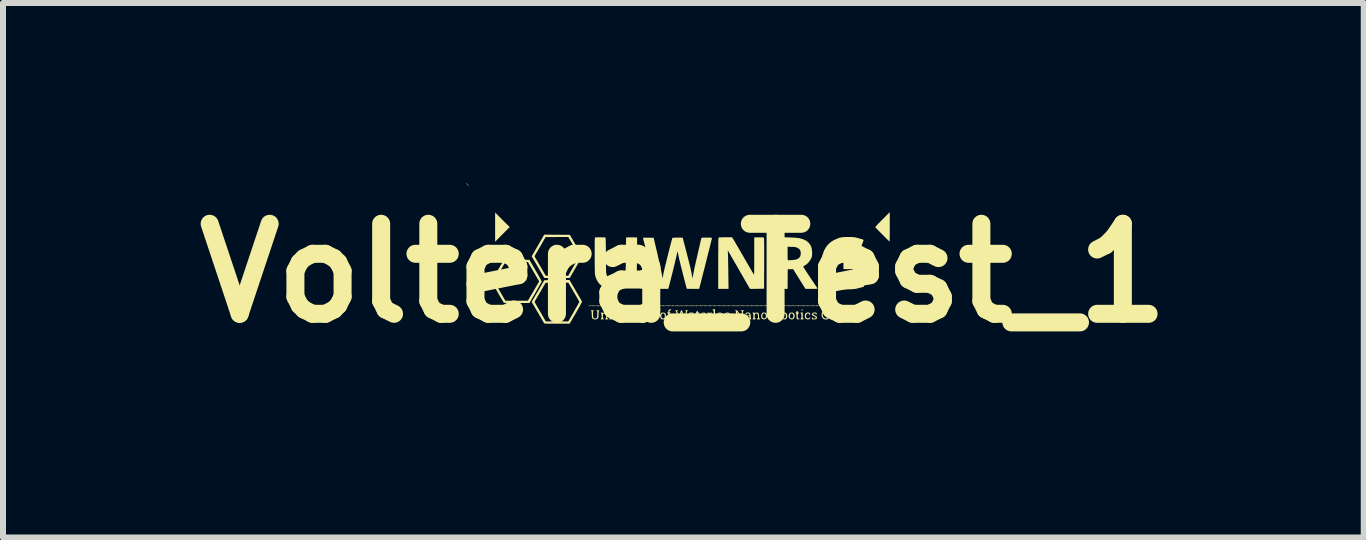
<source format=kicad_pcb>
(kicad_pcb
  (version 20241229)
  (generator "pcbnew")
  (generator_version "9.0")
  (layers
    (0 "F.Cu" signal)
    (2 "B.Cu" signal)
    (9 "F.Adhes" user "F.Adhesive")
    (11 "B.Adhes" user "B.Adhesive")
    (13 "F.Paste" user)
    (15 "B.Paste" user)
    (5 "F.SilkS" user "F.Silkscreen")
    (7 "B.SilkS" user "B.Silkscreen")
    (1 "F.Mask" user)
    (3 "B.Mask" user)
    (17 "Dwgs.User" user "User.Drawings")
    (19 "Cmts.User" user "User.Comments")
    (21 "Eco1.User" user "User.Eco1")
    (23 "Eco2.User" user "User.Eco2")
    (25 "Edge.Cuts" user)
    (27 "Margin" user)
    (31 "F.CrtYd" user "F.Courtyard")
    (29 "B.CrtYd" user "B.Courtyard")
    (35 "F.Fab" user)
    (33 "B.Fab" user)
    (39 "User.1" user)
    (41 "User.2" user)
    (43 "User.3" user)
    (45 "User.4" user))
  (footprint "Voltera_Test_1"
    (layer "F.Cu")
    (at 8.336 1.5)
    (property "Reference" "Voltera_Test_1" (at 0 0 0) (layer "F.SilkS") (effects (font (size 1.5 1.5) (thickness 0.3))))
    (attr board_only exclude_from_pos_files exclude_from_bom)
    (fp_poly (pts (xy -3.016 -0.888) (xy -2.894 -0.767) (xy -3.016 -0.645) (xy -3.137 -0.523) (xy -3.137 -0.767) (xy -3.137 -1.01)) (stroke (width 0) (type solid)) (fill yes) (layer "F.SilkS"))
    (fp_poly (pts (xy -1.201 0.607) (xy -1.199 0.613) (xy -1.203 0.622) (xy -1.21 0.624) (xy -1.219 0.621) (xy -1.22 0.615) (xy -1.215 0.606) (xy -1.207 0.603)) (stroke (width 0) (type solid)) (fill yes) (layer "F.SilkS"))
    (fp_poly (pts (xy -0.688 0.608) (xy -0.685 0.616) (xy -0.689 0.623) (xy -0.695 0.624) (xy -0.704 0.621) (xy -0.706 0.613) (xy -0.703 0.604) (xy -0.697 0.603)) (stroke (width 0) (type solid)) (fill yes) (layer "F.SilkS"))
    (fp_poly (pts (xy 1.986 0.607) (xy 1.988 0.613) (xy 1.984 0.622) (xy 1.976 0.624) (xy 1.967 0.621) (xy 1.967 0.615) (xy 1.972 0.606) (xy 1.98 0.603)) (stroke (width 0) (type solid)) (fill yes) (layer "F.SilkS"))
    (fp_poly (pts (xy -3.615 -1.497) (xy -3.604 -1.487) (xy -3.593 -1.475) (xy -3.582 -1.464) (xy -3.576 -1.456) (xy -3.575 -1.454) (xy -3.576 -1.451) (xy -3.58 -1.453) (xy -3.588 -1.461) (xy -3.602 -1.475) (xy -3.603 -1.476) (xy -3.614 -1.488) (xy -3.621 -1.497) (xy -3.621 -1.5)) (stroke (width 0) (type solid)) (fill yes) (layer "F.SilkS"))
    (fp_poly (pts (xy -0.684 0.706) (xy -0.684 0.73) (xy -0.683 0.746) (xy -0.68 0.754) (xy -0.676 0.758) (xy -0.668 0.763) (xy -0.67 0.768) (xy -0.68 0.771) (xy -0.695 0.772) (xy -0.713 0.771) (xy -0.721 0.768) (xy -0.723 0.764) (xy -0.718 0.757) (xy -0.715 0.756) (xy -0.71 0.753) (xy -0.708 0.746) (xy -0.707 0.73) (xy -0.706 0.714) (xy -0.707 0.692) (xy -0.709 0.678) (xy -0.712 0.671) (xy -0.715 0.67) (xy -0.722 0.665) (xy -0.72 0.66) (xy -0.71 0.657) (xy -0.704 0.657) (xy -0.684 0.657)) (stroke (width 0) (type solid)) (fill yes) (layer "F.SilkS"))
    (fp_poly (pts (xy -1.199 0.706) (xy -1.199 0.73) (xy -1.198 0.745) (xy -1.195 0.753) (xy -1.191 0.756) (xy -1.191 0.756) (xy -1.184 0.76) (xy -1.183 0.764) (xy -1.186 0.769) (xy -1.196 0.771) (xy -1.21 0.772) (xy -1.226 0.771) (xy -1.236 0.768) (xy -1.237 0.766) (xy -1.233 0.76) (xy -1.229 0.758) (xy -1.225 0.753) (xy -1.222 0.742) (xy -1.221 0.724) (xy -1.221 0.714) (xy -1.222 0.691) (xy -1.224 0.678) (xy -1.227 0.671) (xy -1.229 0.67) (xy -1.237 0.665) (xy -1.235 0.66) (xy -1.224 0.657) (xy -1.218 0.657) (xy -1.199 0.657)) (stroke (width 0) (type solid)) (fill yes) (layer "F.SilkS"))
    (fp_poly (pts (xy 1.988 0.706) (xy 1.988 0.73) (xy 1.989 0.745) (xy 1.991 0.753) (xy 1.995 0.756) (xy 1.996 0.756) (xy 2.003 0.76) (xy 2.004 0.764) (xy 2.001 0.769) (xy 1.991 0.771) (xy 1.977 0.772) (xy 1.961 0.771) (xy 1.951 0.768) (xy 1.949 0.766) (xy 1.954 0.76) (xy 1.957 0.758) (xy 1.962 0.753) (xy 1.965 0.742) (xy 1.966 0.724) (xy 1.966 0.714) (xy 1.965 0.691) (xy 1.963 0.678) (xy 1.959 0.671) (xy 1.957 0.67) (xy 1.95 0.665) (xy 1.952 0.66) (xy 1.962 0.657) (xy 1.968 0.657) (xy 1.988 0.657)) (stroke (width 0) (type solid)) (fill yes) (layer "F.SilkS"))
    (fp_poly (pts (xy 0.526 0.679) (xy 0.526 0.71) (xy 0.526 0.731) (xy 0.528 0.745) (xy 0.53 0.753) (xy 0.533 0.755) (xy 0.534 0.756) (xy 0.541 0.76) (xy 0.542 0.764) (xy 0.539 0.769) (xy 0.529 0.771) (xy 0.515 0.772) (xy 0.499 0.771) (xy 0.489 0.768) (xy 0.487 0.766) (xy 0.492 0.76) (xy 0.496 0.758) (xy 0.499 0.754) (xy 0.501 0.747) (xy 0.503 0.733) (xy 0.504 0.711) (xy 0.504 0.687) (xy 0.504 0.658) (xy 0.503 0.638) (xy 0.501 0.626) (xy 0.499 0.62) (xy 0.496 0.619) (xy 0.488 0.614) (xy 0.487 0.61) (xy 0.491 0.604) (xy 0.505 0.602) (xy 0.506 0.602) (xy 0.526 0.602)) (stroke (width 0) (type solid)) (fill yes) (layer "F.SilkS"))
    (fp_poly (pts (xy 3.438 -0.771) (xy 3.438 -0.72) (xy 3.438 -0.673) (xy 3.438 -0.631) (xy 3.437 -0.594) (xy 3.437 -0.564) (xy 3.436 -0.542) (xy 3.435 -0.529) (xy 3.434 -0.526) (xy 3.43 -0.53) (xy 3.418 -0.54) (xy 3.401 -0.557) (xy 3.379 -0.578) (xy 3.354 -0.603) (xy 3.326 -0.632) (xy 3.318 -0.639) (xy 3.289 -0.669) (xy 3.262 -0.696) (xy 3.239 -0.72) (xy 3.22 -0.739) (xy 3.207 -0.753) (xy 3.2 -0.761) (xy 3.199 -0.761) (xy 3.198 -0.765) (xy 3.2 -0.77) (xy 3.206 -0.778) (xy 3.216 -0.79) (xy 3.231 -0.807) (xy 3.251 -0.828) (xy 3.278 -0.855) (xy 3.312 -0.89) (xy 3.316 -0.893) (xy 3.438 -1.016)) (stroke (width 0) (type solid)) (fill yes) (layer "F.SilkS"))
    (fp_poly (pts (xy 1.828 0.661) (xy 1.842 0.675) (xy 1.852 0.695) (xy 1.854 0.718) (xy 1.851 0.734) (xy 1.84 0.755) (xy 1.824 0.768) (xy 1.804 0.773) (xy 1.784 0.767) (xy 1.768 0.756) (xy 1.757 0.741) (xy 1.752 0.724) (xy 1.752 0.717) (xy 1.753 0.712) (xy 1.774 0.712) (xy 1.775 0.733) (xy 1.78 0.745) (xy 1.79 0.754) (xy 1.804 0.756) (xy 1.818 0.751) (xy 1.826 0.743) (xy 1.833 0.724) (xy 1.832 0.702) (xy 1.823 0.683) (xy 1.823 0.682) (xy 1.81 0.671) (xy 1.799 0.669) (xy 1.786 0.678) (xy 1.785 0.679) (xy 1.777 0.693) (xy 1.774 0.712) (xy 1.753 0.712) (xy 1.756 0.69) (xy 1.766 0.67) (xy 1.784 0.659) (xy 1.809 0.656)) (stroke (width 0) (type solid)) (fill yes) (layer "F.SilkS"))
    (fp_poly (pts (xy 2.611 0.661) (xy 2.625 0.675) (xy 2.635 0.695) (xy 2.637 0.718) (xy 2.634 0.734) (xy 2.623 0.755) (xy 2.607 0.768) (xy 2.587 0.773) (xy 2.567 0.767) (xy 2.551 0.756) (xy 2.54 0.741) (xy 2.535 0.724) (xy 2.535 0.717) (xy 2.536 0.712) (xy 2.557 0.712) (xy 2.558 0.733) (xy 2.563 0.745) (xy 2.573 0.754) (xy 2.587 0.756) (xy 2.601 0.751) (xy 2.609 0.743) (xy 2.616 0.724) (xy 2.615 0.702) (xy 2.606 0.683) (xy 2.606 0.682) (xy 2.593 0.671) (xy 2.582 0.669) (xy 2.568 0.678) (xy 2.568 0.679) (xy 2.56 0.693) (xy 2.557 0.712) (xy 2.536 0.712) (xy 2.539 0.69) (xy 2.549 0.67) (xy 2.567 0.659) (xy 2.592 0.656)) (stroke (width 0) (type solid)) (fill yes) (layer "F.SilkS"))
    (fp_poly (pts (xy 0.428 0.659) (xy 0.434 0.664) (xy 0.438 0.668) (xy 0.444 0.664) (xy 0.454 0.658) (xy 0.466 0.657) (xy 0.475 0.661) (xy 0.476 0.665) (xy 0.472 0.672) (xy 0.464 0.673) (xy 0.451 0.676) (xy 0.443 0.684) (xy 0.439 0.7) (xy 0.438 0.721) (xy 0.439 0.741) (xy 0.442 0.753) (xy 0.446 0.758) (xy 0.454 0.763) (xy 0.453 0.768) (xy 0.443 0.771) (xy 0.427 0.772) (xy 0.41 0.771) (xy 0.401 0.768) (xy 0.4 0.764) (xy 0.404 0.757) (xy 0.408 0.756) (xy 0.412 0.753) (xy 0.415 0.746) (xy 0.416 0.73) (xy 0.416 0.714) (xy 0.416 0.692) (xy 0.414 0.678) (xy 0.41 0.671) (xy 0.408 0.67) (xy 0.4 0.665) (xy 0.402 0.66) (xy 0.413 0.657) (xy 0.416 0.657)) (stroke (width 0) (type solid)) (fill yes) (layer "F.SilkS"))
    (fp_poly (pts (xy 1.367 0.66) (xy 1.383 0.673) (xy 1.391 0.694) (xy 1.393 0.715) (xy 1.393 0.734) (xy 1.39 0.746) (xy 1.382 0.755) (xy 1.378 0.759) (xy 1.358 0.77) (xy 1.344 0.772) (xy 1.323 0.767) (xy 1.31 0.759) (xy 1.301 0.749) (xy 1.297 0.739) (xy 1.295 0.724) (xy 1.295 0.715) (xy 1.314 0.715) (xy 1.317 0.734) (xy 1.323 0.746) (xy 1.337 0.754) (xy 1.352 0.755) (xy 1.365 0.748) (xy 1.367 0.746) (xy 1.373 0.73) (xy 1.374 0.71) (xy 1.37 0.691) (xy 1.363 0.68) (xy 1.35 0.67) (xy 1.338 0.67) (xy 1.325 0.68) (xy 1.317 0.695) (xy 1.314 0.715) (xy 1.295 0.715) (xy 1.295 0.715) (xy 1.299 0.688) (xy 1.309 0.669) (xy 1.327 0.658) (xy 1.344 0.656)) (stroke (width 0) (type solid)) (fill yes) (layer "F.SilkS"))
    (fp_poly (pts (xy -0.85 0.658) (xy -0.849 0.666) (xy -0.853 0.672) (xy -0.861 0.673) (xy -0.874 0.676) (xy -0.882 0.684) (xy -0.886 0.7) (xy -0.887 0.721) (xy -0.886 0.741) (xy -0.883 0.753) (xy -0.879 0.758) (xy -0.871 0.763) (xy -0.872 0.768) (xy -0.883 0.771) (xy -0.898 0.772) (xy -0.914 0.771) (xy -0.924 0.768) (xy -0.925 0.766) (xy -0.921 0.76) (xy -0.917 0.758) (xy -0.913 0.753) (xy -0.91 0.742) (xy -0.909 0.724) (xy -0.909 0.714) (xy -0.909 0.691) (xy -0.911 0.678) (xy -0.915 0.671) (xy -0.917 0.67) (xy -0.925 0.665) (xy -0.923 0.66) (xy -0.912 0.657) (xy -0.906 0.657) (xy -0.893 0.658) (xy -0.887 0.662) (xy -0.887 0.662) (xy -0.883 0.664) (xy -0.873 0.66) (xy -0.872 0.66) (xy -0.858 0.655)) (stroke (width 0) (type solid)) (fill yes) (layer "F.SilkS"))
    (fp_poly (pts (xy -0.316 0.661) (xy -0.301 0.673) (xy -0.292 0.693) (xy -0.29 0.713) (xy -0.294 0.741) (xy -0.304 0.759) (xy -0.321 0.77) (xy -0.338 0.772) (xy -0.353 0.771) (xy -0.364 0.769) (xy -0.366 0.768) (xy -0.375 0.759) (xy -0.383 0.743) (xy -0.388 0.722) (xy -0.389 0.709) (xy -0.389 0.709) (xy -0.369 0.709) (xy -0.366 0.731) (xy -0.364 0.737) (xy -0.357 0.75) (xy -0.348 0.755) (xy -0.34 0.756) (xy -0.327 0.753) (xy -0.319 0.749) (xy -0.311 0.731) (xy -0.309 0.71) (xy -0.314 0.691) (xy -0.325 0.677) (xy -0.327 0.675) (xy -0.337 0.67) (xy -0.346 0.671) (xy -0.352 0.675) (xy -0.365 0.689) (xy -0.369 0.709) (xy -0.389 0.709) (xy -0.385 0.684) (xy -0.373 0.668) (xy -0.354 0.658) (xy -0.339 0.657)) (stroke (width 0) (type solid)) (fill yes) (layer "F.SilkS"))
    (fp_poly (pts (xy 0.631 0.661) (xy 0.646 0.673) (xy 0.655 0.693) (xy 0.657 0.713) (xy 0.654 0.741) (xy 0.643 0.759) (xy 0.626 0.77) (xy 0.609 0.772) (xy 0.594 0.771) (xy 0.583 0.769) (xy 0.582 0.768) (xy 0.572 0.759) (xy 0.564 0.743) (xy 0.559 0.722) (xy 0.558 0.709) (xy 0.559 0.709) (xy 0.578 0.709) (xy 0.581 0.731) (xy 0.583 0.737) (xy 0.59 0.75) (xy 0.599 0.755) (xy 0.607 0.756) (xy 0.62 0.753) (xy 0.628 0.749) (xy 0.636 0.731) (xy 0.638 0.71) (xy 0.633 0.691) (xy 0.623 0.677) (xy 0.621 0.675) (xy 0.61 0.67) (xy 0.601 0.671) (xy 0.595 0.675) (xy 0.583 0.689) (xy 0.578 0.709) (xy 0.559 0.709) (xy 0.562 0.684) (xy 0.574 0.668) (xy 0.593 0.658) (xy 0.608 0.657)) (stroke (width 0) (type solid)) (fill yes) (layer "F.SilkS"))
    (fp_poly (pts (xy 0.745 0.657) (xy 0.763 0.665) (xy 0.775 0.679) (xy 0.782 0.702) (xy 0.782 0.726) (xy 0.775 0.746) (xy 0.762 0.762) (xy 0.744 0.771) (xy 0.734 0.772) (xy 0.717 0.77) (xy 0.703 0.764) (xy 0.702 0.764) (xy 0.69 0.749) (xy 0.684 0.729) (xy 0.683 0.718) (xy 0.702 0.718) (xy 0.706 0.734) (xy 0.711 0.746) (xy 0.712 0.748) (xy 0.724 0.755) (xy 0.739 0.755) (xy 0.752 0.749) (xy 0.756 0.744) (xy 0.761 0.726) (xy 0.761 0.704) (xy 0.756 0.686) (xy 0.756 0.685) (xy 0.745 0.673) (xy 0.733 0.67) (xy 0.72 0.675) (xy 0.709 0.685) (xy 0.703 0.701) (xy 0.702 0.718) (xy 0.683 0.718) (xy 0.683 0.706) (xy 0.688 0.685) (xy 0.699 0.669) (xy 0.703 0.665) (xy 0.724 0.657)) (stroke (width 0) (type solid)) (fill yes) (layer "F.SilkS"))
    (fp_poly (pts (xy 1.488 0.658) (xy 1.489 0.666) (xy 1.485 0.672) (xy 1.477 0.673) (xy 1.464 0.676) (xy 1.456 0.684) (xy 1.452 0.7) (xy 1.451 0.721) (xy 1.452 0.741) (xy 1.455 0.753) (xy 1.459 0.758) (xy 1.467 0.763) (xy 1.466 0.768) (xy 1.455 0.771) (xy 1.44 0.772) (xy 1.424 0.771) (xy 1.414 0.768) (xy 1.413 0.766) (xy 1.417 0.76) (xy 1.421 0.758) (xy 1.425 0.753) (xy 1.428 0.742) (xy 1.429 0.724) (xy 1.429 0.714) (xy 1.428 0.691) (xy 1.427 0.678) (xy 1.423 0.671) (xy 1.421 0.67) (xy 1.413 0.665) (xy 1.415 0.66) (xy 1.426 0.657) (xy 1.432 0.657) (xy 1.444 0.658) (xy 1.451 0.662) (xy 1.451 0.662) (xy 1.455 0.664) (xy 1.465 0.66) (xy 1.466 0.66) (xy 1.48 0.655)) (stroke (width 0) (type solid)) (fill yes) (layer "F.SilkS"))
    (fp_poly (pts (xy 1.578 0.661) (xy 1.594 0.673) (xy 1.602 0.693) (xy 1.604 0.713) (xy 1.601 0.741) (xy 1.59 0.759) (xy 1.573 0.77) (xy 1.557 0.772) (xy 1.541 0.771) (xy 1.53 0.769) (xy 1.529 0.768) (xy 1.519 0.759) (xy 1.511 0.743) (xy 1.507 0.722) (xy 1.506 0.709) (xy 1.506 0.709) (xy 1.525 0.709) (xy 1.528 0.731) (xy 1.53 0.737) (xy 1.537 0.75) (xy 1.546 0.755) (xy 1.554 0.756) (xy 1.567 0.753) (xy 1.575 0.749) (xy 1.584 0.731) (xy 1.585 0.71) (xy 1.58 0.691) (xy 1.57 0.677) (xy 1.568 0.675) (xy 1.557 0.67) (xy 1.549 0.671) (xy 1.542 0.675) (xy 1.53 0.689) (xy 1.525 0.709) (xy 1.506 0.709) (xy 1.51 0.684) (xy 1.521 0.668) (xy 1.541 0.658) (xy 1.555 0.657)) (stroke (width 0) (type solid)) (fill yes) (layer "F.SilkS"))
    (fp_poly (pts (xy -0.621 0.633) (xy -0.619 0.643) (xy -0.616 0.654) (xy -0.608 0.657) (xy -0.599 0.66) (xy -0.597 0.665) (xy -0.601 0.672) (xy -0.608 0.673) (xy -0.613 0.674) (xy -0.617 0.679) (xy -0.618 0.689) (xy -0.619 0.707) (xy -0.619 0.715) (xy -0.618 0.736) (xy -0.616 0.749) (xy -0.612 0.755) (xy -0.604 0.757) (xy -0.598 0.756) (xy -0.592 0.76) (xy -0.591 0.764) (xy -0.596 0.77) (xy -0.606 0.773) (xy -0.619 0.771) (xy -0.63 0.766) (xy -0.635 0.761) (xy -0.638 0.751) (xy -0.64 0.733) (xy -0.641 0.712) (xy -0.641 0.691) (xy -0.643 0.679) (xy -0.646 0.674) (xy -0.649 0.673) (xy -0.656 0.669) (xy -0.657 0.665) (xy -0.653 0.658) (xy -0.649 0.657) (xy -0.642 0.652) (xy -0.641 0.643) (xy -0.638 0.633) (xy -0.63 0.63)) (stroke (width 0) (type solid)) (fill yes) (layer "F.SilkS"))
    (fp_poly (pts (xy 0.239 0.633) (xy 0.241 0.643) (xy 0.243 0.654) (xy 0.252 0.657) (xy 0.255 0.657) (xy 0.265 0.66) (xy 0.267 0.665) (xy 0.26 0.671) (xy 0.253 0.672) (xy 0.246 0.674) (xy 0.243 0.679) (xy 0.241 0.69) (xy 0.241 0.709) (xy 0.241 0.712) (xy 0.243 0.737) (xy 0.247 0.753) (xy 0.255 0.76) (xy 0.263 0.758) (xy 0.267 0.76) (xy 0.268 0.763) (xy 0.264 0.77) (xy 0.253 0.772) (xy 0.241 0.77) (xy 0.231 0.764) (xy 0.229 0.763) (xy 0.225 0.753) (xy 0.222 0.735) (xy 0.22 0.714) (xy 0.218 0.692) (xy 0.215 0.679) (xy 0.211 0.674) (xy 0.21 0.673) (xy 0.203 0.669) (xy 0.203 0.665) (xy 0.207 0.658) (xy 0.211 0.657) (xy 0.217 0.652) (xy 0.219 0.643) (xy 0.222 0.633) (xy 0.23 0.63)) (stroke (width 0) (type solid)) (fill yes) (layer "F.SilkS"))
    (fp_poly (pts (xy 1.903 0.633) (xy 1.905 0.643) (xy 1.908 0.654) (xy 1.916 0.657) (xy 1.925 0.66) (xy 1.927 0.665) (xy 1.923 0.672) (xy 1.916 0.673) (xy 1.911 0.674) (xy 1.907 0.679) (xy 1.906 0.689) (xy 1.905 0.707) (xy 1.905 0.715) (xy 1.906 0.736) (xy 1.908 0.749) (xy 1.912 0.755) (xy 1.92 0.757) (xy 1.926 0.756) (xy 1.932 0.76) (xy 1.933 0.764) (xy 1.928 0.77) (xy 1.918 0.773) (xy 1.905 0.771) (xy 1.894 0.766) (xy 1.889 0.761) (xy 1.886 0.751) (xy 1.884 0.733) (xy 1.884 0.712) (xy 1.883 0.691) (xy 1.881 0.679) (xy 1.878 0.674) (xy 1.875 0.673) (xy 1.868 0.669) (xy 1.867 0.665) (xy 1.871 0.658) (xy 1.875 0.657) (xy 1.882 0.652) (xy 1.884 0.643) (xy 1.886 0.633) (xy 1.894 0.63)) (stroke (width 0) (type solid)) (fill yes) (layer "F.SilkS"))
    (fp_poly (pts (xy 2.09 0.657) (xy 2.104 0.665) (xy 2.112 0.677) (xy 2.113 0.685) (xy 2.111 0.697) (xy 2.106 0.7) (xy 2.099 0.692) (xy 2.097 0.688) (xy 2.088 0.674) (xy 2.076 0.67) (xy 2.064 0.673) (xy 2.053 0.683) (xy 2.045 0.698) (xy 2.042 0.715) (xy 2.045 0.736) (xy 2.052 0.747) (xy 2.068 0.755) (xy 2.084 0.754) (xy 2.097 0.745) (xy 2.099 0.743) (xy 2.106 0.735) (xy 2.113 0.737) (xy 2.113 0.737) (xy 2.115 0.744) (xy 2.11 0.755) (xy 2.108 0.757) (xy 2.092 0.769) (xy 2.073 0.773) (xy 2.052 0.767) (xy 2.038 0.759) (xy 2.029 0.749) (xy 2.025 0.739) (xy 2.023 0.724) (xy 2.023 0.715) (xy 2.024 0.696) (xy 2.028 0.683) (xy 2.035 0.672) (xy 2.037 0.67) (xy 2.054 0.659) (xy 2.072 0.655)) (stroke (width 0) (type solid)) (fill yes) (layer "F.SilkS"))
    (fp_poly (pts (xy 2.518 0.657) (xy 2.523 0.664) (xy 2.519 0.67) (xy 2.508 0.673) (xy 2.508 0.673) (xy 2.494 0.678) (xy 2.485 0.69) (xy 2.481 0.712) (xy 2.48 0.722) (xy 2.481 0.741) (xy 2.483 0.751) (xy 2.488 0.756) (xy 2.491 0.757) (xy 2.501 0.762) (xy 2.502 0.766) (xy 2.494 0.77) (xy 2.478 0.772) (xy 2.475 0.772) (xy 2.458 0.771) (xy 2.449 0.768) (xy 2.447 0.764) (xy 2.452 0.757) (xy 2.456 0.756) (xy 2.46 0.753) (xy 2.463 0.746) (xy 2.464 0.73) (xy 2.464 0.715) (xy 2.463 0.693) (xy 2.461 0.679) (xy 2.458 0.673) (xy 2.456 0.671) (xy 2.448 0.666) (xy 2.447 0.663) (xy 2.452 0.659) (xy 2.462 0.657) (xy 2.473 0.658) (xy 2.481 0.662) (xy 2.482 0.663) (xy 2.486 0.666) (xy 2.497 0.661) (xy 2.51 0.655)) (stroke (width 0) (type solid)) (fill yes) (layer "F.SilkS"))
    (fp_poly (pts (xy -1.057 0.658) (xy -1.052 0.662) (xy -1.056 0.67) (xy -1.058 0.672) (xy -1.062 0.68) (xy -1.07 0.695) (xy -1.078 0.715) (xy -1.082 0.724) (xy -1.092 0.75) (xy -1.102 0.765) (xy -1.11 0.771) (xy -1.117 0.767) (xy -1.125 0.753) (xy -1.127 0.749) (xy -1.135 0.729) (xy -1.144 0.706) (xy -1.147 0.699) (xy -1.154 0.683) (xy -1.161 0.672) (xy -1.164 0.67) (xy -1.172 0.665) (xy -1.169 0.66) (xy -1.159 0.658) (xy -1.147 0.657) (xy -1.131 0.658) (xy -1.123 0.662) (xy -1.124 0.666) (xy -1.13 0.67) (xy -1.134 0.673) (xy -1.134 0.681) (xy -1.129 0.694) (xy -1.124 0.709) (xy -1.109 0.746) (xy -1.099 0.722) (xy -1.09 0.698) (xy -1.086 0.681) (xy -1.086 0.67) (xy -1.089 0.668) (xy -1.095 0.664) (xy -1.095 0.663) (xy -1.09 0.659) (xy -1.078 0.657) (xy -1.073 0.657)) (stroke (width 0) (type solid)) (fill yes) (layer "F.SilkS"))
    (fp_poly (pts (xy -0.967 0.66) (xy -0.952 0.674) (xy -0.944 0.695) (xy -0.944 0.697) (xy -0.94 0.717) (xy -0.979 0.717) (xy -1.002 0.718) (xy -1.014 0.721) (xy -1.018 0.726) (xy -1.015 0.736) (xy -1.009 0.744) (xy -1.003 0.752) (xy -0.994 0.755) (xy -0.98 0.754) (xy -0.974 0.754) (xy -0.956 0.753) (xy -0.948 0.755) (xy -0.949 0.761) (xy -0.958 0.766) (xy -0.976 0.771) (xy -0.997 0.771) (xy -1.014 0.765) (xy -1.017 0.764) (xy -1.03 0.749) (xy -1.037 0.727) (xy -1.037 0.704) (xy -1.036 0.696) (xy -1.016 0.696) (xy -1.013 0.7) (xy -1.003 0.701) (xy -0.991 0.701) (xy -0.974 0.7) (xy -0.965 0.697) (xy -0.964 0.693) (xy -0.968 0.684) (xy -0.975 0.677) (xy -0.99 0.672) (xy -1.003 0.678) (xy -1.013 0.69) (xy -1.016 0.696) (xy -1.036 0.696) (xy -1.036 0.696) (xy -1.025 0.673) (xy -1.009 0.66) (xy -0.988 0.656)) (stroke (width 0) (type solid)) (fill yes) (layer "F.SilkS"))
    (fp_poly (pts (xy -0.761 0.66) (xy -0.749 0.669) (xy -0.745 0.683) (xy -0.748 0.689) (xy -0.756 0.687) (xy -0.767 0.679) (xy -0.78 0.669) (xy -0.792 0.67) (xy -0.802 0.676) (xy -0.809 0.682) (xy -0.809 0.687) (xy -0.8 0.695) (xy -0.788 0.703) (xy -0.778 0.706) (xy -0.762 0.711) (xy -0.751 0.722) (xy -0.745 0.737) (xy -0.747 0.753) (xy -0.755 0.763) (xy -0.767 0.769) (xy -0.786 0.772) (xy -0.805 0.771) (xy -0.821 0.767) (xy -0.823 0.766) (xy -0.83 0.758) (xy -0.832 0.748) (xy -0.829 0.741) (xy -0.824 0.739) (xy -0.815 0.743) (xy -0.811 0.748) (xy -0.802 0.755) (xy -0.788 0.757) (xy -0.773 0.755) (xy -0.765 0.751) (xy -0.762 0.742) (xy -0.767 0.732) (xy -0.781 0.724) (xy -0.789 0.721) (xy -0.81 0.712) (xy -0.823 0.699) (xy -0.827 0.685) (xy -0.823 0.672) (xy -0.81 0.662) (xy -0.79 0.656) (xy -0.782 0.656)) (stroke (width 0) (type solid)) (fill yes) (layer "F.SilkS"))
    (fp_poly (pts (xy 0.357 0.66) (xy 0.37 0.67) (xy 0.378 0.688) (xy 0.381 0.7) (xy 0.385 0.717) (xy 0.346 0.717) (xy 0.325 0.718) (xy 0.313 0.719) (xy 0.308 0.722) (xy 0.307 0.727) (xy 0.307 0.727) (xy 0.311 0.742) (xy 0.324 0.751) (xy 0.343 0.755) (xy 0.35 0.754) (xy 0.366 0.753) (xy 0.375 0.756) (xy 0.374 0.761) (xy 0.367 0.766) (xy 0.346 0.772) (xy 0.323 0.769) (xy 0.304 0.759) (xy 0.303 0.759) (xy 0.294 0.749) (xy 0.289 0.739) (xy 0.288 0.723) (xy 0.287 0.715) (xy 0.29 0.695) (xy 0.307 0.695) (xy 0.312 0.698) (xy 0.324 0.7) (xy 0.334 0.701) (xy 0.351 0.7) (xy 0.36 0.697) (xy 0.361 0.693) (xy 0.357 0.685) (xy 0.348 0.675) (xy 0.337 0.669) (xy 0.333 0.668) (xy 0.325 0.672) (xy 0.316 0.681) (xy 0.309 0.69) (xy 0.307 0.695) (xy 0.29 0.695) (xy 0.291 0.688) (xy 0.301 0.67) (xy 0.317 0.66) (xy 0.338 0.657)) (stroke (width 0) (type solid)) (fill yes) (layer "F.SilkS"))
    (fp_poly (pts (xy 2.204 0.658) (xy 2.217 0.663) (xy 2.223 0.673) (xy 2.223 0.677) (xy 2.22 0.687) (xy 2.214 0.689) (xy 2.203 0.68) (xy 2.202 0.678) (xy 2.191 0.67) (xy 2.178 0.67) (xy 2.177 0.67) (xy 2.165 0.676) (xy 2.163 0.685) (xy 2.169 0.695) (xy 2.184 0.703) (xy 2.187 0.704) (xy 2.209 0.715) (xy 2.222 0.728) (xy 2.226 0.743) (xy 2.22 0.758) (xy 2.213 0.765) (xy 2.203 0.769) (xy 2.186 0.771) (xy 2.168 0.771) (xy 2.152 0.77) (xy 2.148 0.768) (xy 2.142 0.762) (xy 2.141 0.751) (xy 2.144 0.742) (xy 2.149 0.739) (xy 2.156 0.743) (xy 2.157 0.747) (xy 2.162 0.754) (xy 2.174 0.758) (xy 2.188 0.757) (xy 2.194 0.755) (xy 2.204 0.748) (xy 2.204 0.738) (xy 2.196 0.728) (xy 2.187 0.724) (xy 2.166 0.714) (xy 2.152 0.706) (xy 2.145 0.699) (xy 2.142 0.692) (xy 2.142 0.689) (xy 2.145 0.674) (xy 2.157 0.662) (xy 2.175 0.656) (xy 2.181 0.656)) (stroke (width 0) (type solid)) (fill yes) (layer "F.SilkS"))
    (fp_poly (pts (xy 2.76 0.706) (xy 2.76 0.73) (xy 2.762 0.747) (xy 2.764 0.755) (xy 2.765 0.756) (xy 2.77 0.76) (xy 2.771 0.764) (xy 2.766 0.77) (xy 2.756 0.772) (xy 2.747 0.77) (xy 2.742 0.766) (xy 2.738 0.762) (xy 2.728 0.766) (xy 2.708 0.772) (xy 2.689 0.769) (xy 2.677 0.761) (xy 2.671 0.753) (xy 2.668 0.741) (xy 2.667 0.723) (xy 2.666 0.712) (xy 2.666 0.69) (xy 2.664 0.677) (xy 2.66 0.671) (xy 2.658 0.67) (xy 2.651 0.665) (xy 2.653 0.66) (xy 2.663 0.657) (xy 2.666 0.657) (xy 2.676 0.658) (xy 2.681 0.661) (xy 2.683 0.669) (xy 2.683 0.686) (xy 2.684 0.689) (xy 2.685 0.717) (xy 2.687 0.736) (xy 2.692 0.747) (xy 2.7 0.753) (xy 2.707 0.755) (xy 2.722 0.754) (xy 2.731 0.748) (xy 2.736 0.734) (xy 2.738 0.71) (xy 2.738 0.708) (xy 2.737 0.687) (xy 2.734 0.675) (xy 2.729 0.67) (xy 2.729 0.67) (xy 2.722 0.665) (xy 2.724 0.66) (xy 2.734 0.657) (xy 2.74 0.657) (xy 2.76 0.657)) (stroke (width 0) (type solid)) (fill yes) (layer "F.SilkS"))
    (fp_poly (pts (xy -0.204 0.606) (xy -0.203 0.61) (xy -0.207 0.617) (xy -0.213 0.619) (xy -0.225 0.624) (xy -0.233 0.636) (xy -0.235 0.648) (xy -0.231 0.655) (xy -0.222 0.657) (xy -0.211 0.66) (xy -0.208 0.665) (xy -0.213 0.672) (xy -0.222 0.673) (xy -0.229 0.674) (xy -0.233 0.677) (xy -0.235 0.685) (xy -0.235 0.7) (xy -0.235 0.714) (xy -0.235 0.735) (xy -0.234 0.747) (xy -0.231 0.754) (xy -0.225 0.757) (xy -0.224 0.757) (xy -0.214 0.762) (xy -0.214 0.766) (xy -0.222 0.77) (xy -0.237 0.772) (xy -0.244 0.772) (xy -0.262 0.771) (xy -0.272 0.768) (xy -0.274 0.766) (xy -0.269 0.76) (xy -0.263 0.757) (xy -0.257 0.754) (xy -0.254 0.748) (xy -0.252 0.737) (xy -0.252 0.716) (xy -0.252 0.715) (xy -0.252 0.694) (xy -0.254 0.681) (xy -0.257 0.675) (xy -0.262 0.672) (xy -0.263 0.672) (xy -0.272 0.667) (xy -0.274 0.663) (xy -0.269 0.658) (xy -0.263 0.657) (xy -0.255 0.655) (xy -0.252 0.646) (xy -0.252 0.638) (xy -0.249 0.621) (xy -0.24 0.611) (xy -0.226 0.604) (xy -0.213 0.603)) (stroke (width 0) (type solid)) (fill yes) (layer "F.SilkS"))
    (fp_poly (pts (xy -0.466 0.658) (xy -0.461 0.661) (xy -0.464 0.669) (xy -0.467 0.673) (xy -0.472 0.682) (xy -0.48 0.698) (xy -0.488 0.719) (xy -0.495 0.736) (xy -0.507 0.767) (xy -0.516 0.789) (xy -0.524 0.803) (xy -0.531 0.811) (xy -0.539 0.815) (xy -0.547 0.816) (xy -0.559 0.814) (xy -0.561 0.809) (xy -0.554 0.801) (xy -0.547 0.797) (xy -0.536 0.789) (xy -0.531 0.779) (xy -0.532 0.764) (xy -0.538 0.743) (xy -0.546 0.723) (xy -0.555 0.701) (xy -0.564 0.684) (xy -0.571 0.672) (xy -0.573 0.67) (xy -0.579 0.663) (xy -0.577 0.659) (xy -0.565 0.657) (xy -0.556 0.657) (xy -0.541 0.658) (xy -0.532 0.661) (xy -0.531 0.663) (xy -0.535 0.668) (xy -0.537 0.668) (xy -0.541 0.67) (xy -0.541 0.677) (xy -0.538 0.69) (xy -0.531 0.712) (xy -0.53 0.713) (xy -0.524 0.729) (xy -0.519 0.737) (xy -0.515 0.736) (xy -0.509 0.726) (xy -0.502 0.706) (xy -0.5 0.701) (xy -0.495 0.683) (xy -0.494 0.673) (xy -0.497 0.669) (xy -0.497 0.669) (xy -0.504 0.665) (xy -0.502 0.661) (xy -0.491 0.658) (xy -0.482 0.657)) (stroke (width 0) (type solid)) (fill yes) (layer "F.SilkS"))
    (fp_poly (pts (xy 2.382 0.615) (xy 2.4 0.621) (xy 2.401 0.621) (xy 2.414 0.628) (xy 2.419 0.636) (xy 2.419 0.644) (xy 2.415 0.657) (xy 2.409 0.661) (xy 2.403 0.655) (xy 2.401 0.649) (xy 2.394 0.636) (xy 2.38 0.63) (xy 2.364 0.631) (xy 2.347 0.638) (xy 2.333 0.651) (xy 2.332 0.653) (xy 2.324 0.674) (xy 2.322 0.699) (xy 2.327 0.723) (xy 2.338 0.742) (xy 2.338 0.742) (xy 2.349 0.751) (xy 2.361 0.755) (xy 2.376 0.754) (xy 2.391 0.753) (xy 2.399 0.749) (xy 2.402 0.741) (xy 2.403 0.732) (xy 2.403 0.719) (xy 2.4 0.713) (xy 2.39 0.712) (xy 2.387 0.712) (xy 2.375 0.71) (xy 2.372 0.706) (xy 2.377 0.701) (xy 2.389 0.698) (xy 2.397 0.696) (xy 2.42 0.695) (xy 2.42 0.728) (xy 2.419 0.749) (xy 2.414 0.762) (xy 2.403 0.769) (xy 2.385 0.772) (xy 2.371 0.772) (xy 2.352 0.771) (xy 2.34 0.767) (xy 2.327 0.757) (xy 2.324 0.754) (xy 2.309 0.733) (xy 2.302 0.708) (xy 2.302 0.683) (xy 2.308 0.659) (xy 2.32 0.638) (xy 2.337 0.622) (xy 2.358 0.614) (xy 2.367 0.613)) (stroke (width 0) (type solid)) (fill yes) (layer "F.SilkS"))
    (fp_poly (pts (xy 0.149 0.657) (xy 0.157 0.659) (xy 0.169 0.669) (xy 0.177 0.688) (xy 0.181 0.717) (xy 0.181 0.723) (xy 0.182 0.741) (xy 0.184 0.754) (xy 0.186 0.758) (xy 0.192 0.765) (xy 0.188 0.77) (xy 0.175 0.772) (xy 0.163 0.77) (xy 0.159 0.763) (xy 0.159 0.763) (xy 0.158 0.757) (xy 0.154 0.759) (xy 0.149 0.763) (xy 0.134 0.77) (xy 0.116 0.771) (xy 0.101 0.767) (xy 0.096 0.763) (xy 0.087 0.749) (xy 0.088 0.744) (xy 0.11 0.744) (xy 0.113 0.752) (xy 0.123 0.755) (xy 0.138 0.754) (xy 0.148 0.75) (xy 0.157 0.74) (xy 0.159 0.731) (xy 0.157 0.721) (xy 0.148 0.717) (xy 0.145 0.717) (xy 0.129 0.72) (xy 0.12 0.723) (xy 0.112 0.732) (xy 0.11 0.744) (xy 0.088 0.744) (xy 0.088 0.734) (xy 0.097 0.72) (xy 0.112 0.71) (xy 0.133 0.706) (xy 0.134 0.706) (xy 0.149 0.706) (xy 0.157 0.703) (xy 0.159 0.696) (xy 0.159 0.693) (xy 0.154 0.679) (xy 0.143 0.671) (xy 0.128 0.671) (xy 0.123 0.673) (xy 0.113 0.679) (xy 0.11 0.684) (xy 0.105 0.689) (xy 0.101 0.69) (xy 0.095 0.686) (xy 0.093 0.676) (xy 0.098 0.666) (xy 0.101 0.663) (xy 0.113 0.658) (xy 0.13 0.656)) (stroke (width 0) (type solid)) (fill yes) (layer "F.SilkS"))
    (fp_poly (pts (xy 1.091 0.657) (xy 1.098 0.659) (xy 1.111 0.669) (xy 1.119 0.688) (xy 1.122 0.717) (xy 1.122 0.723) (xy 1.123 0.741) (xy 1.126 0.754) (xy 1.128 0.758) (xy 1.133 0.765) (xy 1.129 0.77) (xy 1.117 0.772) (xy 1.104 0.77) (xy 1.101 0.763) (xy 1.101 0.763) (xy 1.1 0.757) (xy 1.096 0.759) (xy 1.091 0.763) (xy 1.076 0.77) (xy 1.058 0.771) (xy 1.042 0.767) (xy 1.038 0.763) (xy 1.029 0.749) (xy 1.029 0.744) (xy 1.051 0.744) (xy 1.055 0.752) (xy 1.065 0.755) (xy 1.079 0.754) (xy 1.09 0.75) (xy 1.099 0.74) (xy 1.101 0.731) (xy 1.098 0.721) (xy 1.089 0.717) (xy 1.086 0.717) (xy 1.071 0.72) (xy 1.062 0.723) (xy 1.053 0.732) (xy 1.051 0.744) (xy 1.029 0.744) (xy 1.03 0.734) (xy 1.038 0.72) (xy 1.054 0.71) (xy 1.074 0.706) (xy 1.076 0.706) (xy 1.091 0.706) (xy 1.098 0.703) (xy 1.1 0.696) (xy 1.101 0.693) (xy 1.096 0.679) (xy 1.085 0.671) (xy 1.069 0.671) (xy 1.064 0.673) (xy 1.055 0.679) (xy 1.051 0.684) (xy 1.047 0.689) (xy 1.043 0.69) (xy 1.037 0.686) (xy 1.035 0.676) (xy 1.039 0.666) (xy 1.042 0.663) (xy 1.054 0.658) (xy 1.072 0.656)) (stroke (width 0) (type solid)) (fill yes) (layer "F.SilkS"))
    (fp_poly (pts (xy -2.106 -0.639) (xy -1.893 -0.638) (xy -1.789 -0.46) (xy -1.766 -0.42) (xy -1.745 -0.383) (xy -1.726 -0.349) (xy -1.71 -0.321) (xy -1.699 -0.298) (xy -1.691 -0.283) (xy -1.689 -0.276) (xy -1.689 -0.276) (xy -1.692 -0.269) (xy -1.7 -0.255) (xy -1.713 -0.233) (xy -1.729 -0.205) (xy -1.748 -0.172) (xy -1.769 -0.135) (xy -1.793 -0.095) (xy -1.793 -0.093) (xy -1.895 0.082) (xy -2.106 0.082) (xy -2.316 0.082) (xy -2.329 0.062) (xy -2.334 0.052) (xy -2.345 0.034) (xy -2.359 0.01) (xy -2.377 -0.021) (xy -2.397 -0.055) (xy -2.419 -0.093) (xy -2.434 -0.12) (xy -2.528 -0.28) (xy -2.481 -0.28) (xy -2.387 -0.118) (xy -2.293 0.044) (xy -2.106 0.044) (xy -1.919 0.044) (xy -1.828 -0.114) (xy -1.806 -0.152) (xy -1.786 -0.186) (xy -1.768 -0.217) (xy -1.754 -0.243) (xy -1.743 -0.262) (xy -1.736 -0.274) (xy -1.735 -0.277) (xy -1.737 -0.283) (xy -1.744 -0.297) (xy -1.756 -0.319) (xy -1.771 -0.346) (xy -1.789 -0.379) (xy -1.809 -0.415) (xy -1.826 -0.443) (xy -1.918 -0.602) (xy -2.107 -0.601) (xy -2.296 -0.6) (xy -2.361 -0.487) (xy -2.381 -0.452) (xy -2.402 -0.417) (xy -2.421 -0.384) (xy -2.437 -0.356) (xy -2.45 -0.334) (xy -2.454 -0.328) (xy -2.481 -0.28) (xy -2.528 -0.28) (xy -2.528 -0.28) (xy -2.423 -0.46) (xy -2.319 -0.641)) (stroke (width 0) (type solid)) (fill yes) (layer "F.SilkS"))
    (fp_poly (pts (xy -1.291 0.659) (xy -1.28 0.667) (xy -1.273 0.682) (xy -1.27 0.705) (xy -1.27 0.716) (xy -1.27 0.736) (xy -1.268 0.748) (xy -1.265 0.754) (xy -1.259 0.757) (xy -1.249 0.762) (xy -1.249 0.766) (xy -1.257 0.77) (xy -1.272 0.772) (xy -1.278 0.772) (xy -1.296 0.771) (xy -1.307 0.767) (xy -1.309 0.763) (xy -1.302 0.759) (xy -1.298 0.757) (xy -1.291 0.753) (xy -1.288 0.745) (xy -1.287 0.729) (xy -1.287 0.728) (xy -1.289 0.7) (xy -1.295 0.681) (xy -1.306 0.672) (xy -1.32 0.672) (xy -1.329 0.676) (xy -1.336 0.682) (xy -1.34 0.69) (xy -1.341 0.704) (xy -1.341 0.72) (xy -1.341 0.74) (xy -1.339 0.751) (xy -1.335 0.755) (xy -1.333 0.756) (xy -1.326 0.76) (xy -1.325 0.764) (xy -1.328 0.769) (xy -1.338 0.771) (xy -1.352 0.772) (xy -1.368 0.771) (xy -1.378 0.768) (xy -1.38 0.766) (xy -1.375 0.76) (xy -1.372 0.758) (xy -1.367 0.753) (xy -1.364 0.742) (xy -1.363 0.724) (xy -1.363 0.714) (xy -1.364 0.691) (xy -1.366 0.678) (xy -1.37 0.671) (xy -1.372 0.67) (xy -1.379 0.665) (xy -1.377 0.66) (xy -1.367 0.657) (xy -1.361 0.657) (xy -1.347 0.659) (xy -1.341 0.663) (xy -1.341 0.664) (xy -1.34 0.667) (xy -1.335 0.664) (xy -1.325 0.659) (xy -1.311 0.657) (xy -1.308 0.657)) (stroke (width 0) (type solid)) (fill yes) (layer "F.SilkS"))
    (fp_poly (pts (xy 1.239 0.659) (xy 1.25 0.667) (xy 1.257 0.682) (xy 1.259 0.705) (xy 1.259 0.716) (xy 1.26 0.736) (xy 1.261 0.748) (xy 1.265 0.754) (xy 1.27 0.757) (xy 1.281 0.762) (xy 1.281 0.766) (xy 1.273 0.77) (xy 1.258 0.772) (xy 1.251 0.772) (xy 1.233 0.771) (xy 1.223 0.767) (xy 1.221 0.763) (xy 1.227 0.759) (xy 1.232 0.757) (xy 1.239 0.753) (xy 1.242 0.745) (xy 1.243 0.729) (xy 1.243 0.728) (xy 1.241 0.7) (xy 1.234 0.681) (xy 1.224 0.672) (xy 1.21 0.672) (xy 1.201 0.676) (xy 1.194 0.682) (xy 1.19 0.69) (xy 1.188 0.704) (xy 1.188 0.72) (xy 1.189 0.74) (xy 1.191 0.751) (xy 1.195 0.755) (xy 1.196 0.756) (xy 1.204 0.76) (xy 1.205 0.764) (xy 1.202 0.769) (xy 1.191 0.771) (xy 1.177 0.772) (xy 1.161 0.771) (xy 1.152 0.768) (xy 1.15 0.766) (xy 1.154 0.76) (xy 1.158 0.758) (xy 1.163 0.753) (xy 1.165 0.742) (xy 1.166 0.724) (xy 1.166 0.714) (xy 1.166 0.691) (xy 1.164 0.678) (xy 1.16 0.671) (xy 1.158 0.67) (xy 1.15 0.665) (xy 1.152 0.66) (xy 1.163 0.657) (xy 1.169 0.657) (xy 1.182 0.659) (xy 1.188 0.663) (xy 1.188 0.664) (xy 1.19 0.667) (xy 1.195 0.664) (xy 1.204 0.659) (xy 1.219 0.657) (xy 1.221 0.657)) (stroke (width 0) (type solid)) (fill yes) (layer "F.SilkS"))
    (fp_poly (pts (xy 1.633 0.603) (xy 1.643 0.605) (xy 1.648 0.609) (xy 1.651 0.617) (xy 1.653 0.634) (xy 1.654 0.638) (xy 1.656 0.655) (xy 1.658 0.664) (xy 1.661 0.664) (xy 1.67 0.659) (xy 1.684 0.657) (xy 1.7 0.659) (xy 1.708 0.662) (xy 1.718 0.673) (xy 1.726 0.69) (xy 1.73 0.711) (xy 1.73 0.718) (xy 1.727 0.736) (xy 1.72 0.754) (xy 1.71 0.766) (xy 1.705 0.769) (xy 1.689 0.772) (xy 1.672 0.771) (xy 1.66 0.765) (xy 1.659 0.765) (xy 1.653 0.761) (xy 1.65 0.765) (xy 1.643 0.771) (xy 1.639 0.772) (xy 1.636 0.77) (xy 1.634 0.764) (xy 1.633 0.751) (xy 1.632 0.73) (xy 1.632 0.714) (xy 1.654 0.714) (xy 1.655 0.731) (xy 1.658 0.745) (xy 1.66 0.749) (xy 1.672 0.755) (xy 1.687 0.755) (xy 1.699 0.749) (xy 1.703 0.745) (xy 1.706 0.733) (xy 1.708 0.716) (xy 1.708 0.713) (xy 1.705 0.692) (xy 1.696 0.678) (xy 1.684 0.672) (xy 1.669 0.674) (xy 1.665 0.677) (xy 1.658 0.684) (xy 1.654 0.696) (xy 1.654 0.714) (xy 1.632 0.714) (xy 1.632 0.701) (xy 1.632 0.695) (xy 1.631 0.664) (xy 1.631 0.643) (xy 1.63 0.629) (xy 1.628 0.622) (xy 1.625 0.619) (xy 1.623 0.619) (xy 1.616 0.614) (xy 1.615 0.61) (xy 1.618 0.604) (xy 1.629 0.603)) (stroke (width 0) (type solid)) (fill yes) (layer "F.SilkS"))
    (fp_poly (pts (xy -2.463 -0.044) (xy -2.439 -0.004) (xy -2.418 0.033) (xy -2.399 0.067) (xy -2.384 0.095) (xy -2.372 0.118) (xy -2.364 0.133) (xy -2.361 0.14) (xy -2.361 0.14) (xy -2.364 0.147) (xy -2.372 0.161) (xy -2.384 0.183) (xy -2.4 0.211) (xy -2.419 0.244) (xy -2.44 0.281) (xy -2.463 0.321) (xy -2.464 0.323) (xy -2.565 0.498) (xy -2.777 0.498) (xy -2.833 0.498) (xy -2.88 0.498) (xy -2.917 0.497) (xy -2.946 0.497) (xy -2.967 0.496) (xy -2.982 0.495) (xy -2.99 0.493) (xy -2.994 0.491) (xy -2.998 0.484) (xy -3.007 0.469) (xy -3.02 0.448) (xy -3.036 0.421) (xy -3.054 0.39) (xy -3.074 0.356) (xy -3.094 0.32) (xy -3.115 0.285) (xy -3.134 0.25) (xy -3.153 0.218) (xy -3.169 0.19) (xy -3.182 0.166) (xy -3.192 0.149) (xy -3.197 0.139) (xy -3.198 0.138) (xy -3.198 0.138) (xy -3.154 0.138) (xy -3.06 0.299) (xy -2.966 0.46) (xy -2.779 0.46) (xy -2.591 0.46) (xy -2.497 0.299) (xy -2.403 0.138) (xy -2.498 -0.024) (xy -2.592 -0.186) (xy -2.779 -0.186) (xy -2.965 -0.186) (xy -3.059 -0.024) (xy -3.154 0.138) (xy -3.198 0.138) (xy -3.195 0.132) (xy -3.187 0.118) (xy -3.175 0.097) (xy -3.16 0.069) (xy -3.141 0.036) (xy -3.12 -0.000456) (xy -3.097 -0.04) (xy -3.094 -0.044) (xy -2.991 -0.222) (xy -2.779 -0.222) (xy -2.566 -0.222)) (stroke (width 0) (type solid)) (fill yes) (layer "F.SilkS"))
    (fp_poly (pts (xy 2.876 0.662) (xy 2.889 0.677) (xy 2.897 0.699) (xy 2.899 0.718) (xy 2.895 0.743) (xy 2.884 0.761) (xy 2.867 0.771) (xy 2.855 0.772) (xy 2.841 0.77) (xy 2.834 0.767) (xy 2.833 0.767) (xy 2.827 0.761) (xy 2.822 0.765) (xy 2.82 0.778) (xy 2.82 0.78) (xy 2.822 0.794) (xy 2.829 0.801) (xy 2.831 0.802) (xy 2.841 0.807) (xy 2.84 0.811) (xy 2.831 0.815) (xy 2.814 0.816) (xy 2.799 0.815) (xy 2.789 0.812) (xy 2.787 0.81) (xy 2.791 0.804) (xy 2.795 0.801) (xy 2.799 0.798) (xy 2.801 0.79) (xy 2.803 0.775) (xy 2.803 0.752) (xy 2.803 0.736) (xy 2.803 0.711) (xy 2.821 0.711) (xy 2.821 0.734) (xy 2.827 0.748) (xy 2.837 0.754) (xy 2.849 0.755) (xy 2.866 0.748) (xy 2.874 0.738) (xy 2.879 0.724) (xy 2.878 0.707) (xy 2.877 0.703) (xy 2.869 0.684) (xy 2.857 0.673) (xy 2.841 0.673) (xy 2.836 0.675) (xy 2.828 0.681) (xy 2.823 0.69) (xy 2.821 0.706) (xy 2.821 0.711) (xy 2.803 0.711) (xy 2.803 0.709) (xy 2.802 0.69) (xy 2.8 0.679) (xy 2.797 0.673) (xy 2.795 0.671) (xy 2.787 0.666) (xy 2.789 0.66) (xy 2.799 0.657) (xy 2.803 0.657) (xy 2.815 0.659) (xy 2.82 0.662) (xy 2.82 0.662) (xy 2.824 0.664) (xy 2.835 0.661) (xy 2.838 0.66) (xy 2.858 0.656)) (stroke (width 0) (type solid)) (fill yes) (layer "F.SilkS"))
    (fp_poly (pts (xy -1.408 0.62) (xy -1.398 0.622) (xy -1.396 0.624) (xy -1.401 0.629) (xy -1.404 0.63) (xy -1.408 0.632) (xy -1.41 0.64) (xy -1.412 0.656) (xy -1.413 0.68) (xy -1.414 0.688) (xy -1.414 0.714) (xy -1.416 0.731) (xy -1.418 0.742) (xy -1.422 0.75) (xy -1.428 0.756) (xy -1.431 0.759) (xy -1.448 0.769) (xy -1.469 0.772) (xy -1.47 0.772) (xy -1.492 0.769) (xy -1.509 0.76) (xy -1.51 0.759) (xy -1.516 0.752) (xy -1.521 0.746) (xy -1.524 0.736) (xy -1.525 0.721) (xy -1.526 0.699) (xy -1.527 0.688) (xy -1.528 0.661) (xy -1.53 0.643) (xy -1.532 0.633) (xy -1.535 0.63) (xy -1.536 0.63) (xy -1.543 0.627) (xy -1.544 0.624) (xy -1.539 0.621) (xy -1.527 0.619) (xy -1.517 0.619) (xy -1.501 0.62) (xy -1.491 0.622) (xy -1.489 0.624) (xy -1.494 0.629) (xy -1.498 0.63) (xy -1.501 0.631) (xy -1.504 0.638) (xy -1.505 0.652) (xy -1.506 0.673) (xy -1.506 0.684) (xy -1.505 0.713) (xy -1.502 0.734) (xy -1.496 0.747) (xy -1.487 0.753) (xy -1.472 0.756) (xy -1.469 0.756) (xy -1.455 0.754) (xy -1.445 0.747) (xy -1.439 0.735) (xy -1.436 0.715) (xy -1.435 0.685) (xy -1.435 0.683) (xy -1.435 0.658) (xy -1.436 0.642) (xy -1.438 0.633) (xy -1.441 0.63) (xy -1.443 0.63) (xy -1.45 0.627) (xy -1.451 0.624) (xy -1.446 0.621) (xy -1.433 0.619) (xy -1.424 0.619)) (stroke (width 0) (type solid)) (fill yes) (layer "F.SilkS"))
    (fp_poly (pts (xy -1.796 0.289) (xy -1.773 0.329) (xy -1.751 0.366) (xy -1.732 0.399) (xy -1.715 0.428) (xy -1.703 0.45) (xy -1.694 0.465) (xy -1.69 0.471) (xy -1.69 0.471) (xy -1.69 0.476) (xy -1.693 0.485) (xy -1.699 0.499) (xy -1.71 0.519) (xy -1.724 0.546) (xy -1.743 0.58) (xy -1.768 0.623) (xy -1.79 0.662) (xy -1.896 0.843) (xy -2.106 0.843) (xy -2.162 0.843) (xy -2.208 0.843) (xy -2.245 0.842) (xy -2.274 0.842) (xy -2.295 0.841) (xy -2.309 0.84) (xy -2.317 0.838) (xy -2.32 0.836) (xy -2.324 0.83) (xy -2.332 0.816) (xy -2.345 0.794) (xy -2.361 0.766) (xy -2.38 0.733) (xy -2.402 0.696) (xy -2.425 0.656) (xy -2.426 0.655) (xy -2.528 0.48) (xy -2.48 0.48) (xy -2.478 0.485) (xy -2.47 0.498) (xy -2.458 0.519) (xy -2.443 0.546) (xy -2.425 0.577) (xy -2.404 0.613) (xy -2.386 0.643) (xy -2.293 0.805) (xy -2.106 0.805) (xy -1.919 0.805) (xy -1.826 0.645) (xy -1.805 0.606) (xy -1.784 0.571) (xy -1.767 0.54) (xy -1.752 0.514) (xy -1.742 0.495) (xy -1.735 0.483) (xy -1.734 0.479) (xy -1.737 0.473) (xy -1.744 0.459) (xy -1.756 0.438) (xy -1.772 0.41) (xy -1.79 0.378) (xy -1.811 0.342) (xy -1.826 0.316) (xy -1.918 0.159) (xy -2.107 0.16) (xy -2.296 0.162) (xy -2.388 0.32) (xy -2.41 0.357) (xy -2.43 0.392) (xy -2.448 0.422) (xy -2.462 0.447) (xy -2.473 0.466) (xy -2.479 0.477) (xy -2.48 0.48) (xy -2.528 0.48) (xy -2.528 0.48) (xy -2.489 0.414) (xy -2.475 0.389) (xy -2.457 0.357) (xy -2.435 0.321) (xy -2.413 0.283) (xy -2.391 0.245) (xy -2.384 0.233) (xy -2.317 0.118) (xy -2.107 0.116) (xy -1.897 0.115)) (stroke (width 0) (type solid)) (fill yes) (layer "F.SilkS"))
    (fp_poly (pts (xy 1.001 0.62) (xy 1.011 0.623) (xy 1.013 0.626) (xy 1.005 0.631) (xy 1.002 0.631) (xy 0.997 0.633) (xy 0.994 0.637) (xy 0.992 0.646) (xy 0.991 0.66) (xy 0.991 0.682) (xy 0.991 0.703) (xy 0.991 0.732) (xy 0.99 0.752) (xy 0.989 0.764) (xy 0.986 0.77) (xy 0.983 0.772) (xy 0.983 0.772) (xy 0.977 0.768) (xy 0.967 0.756) (xy 0.953 0.738) (xy 0.939 0.716) (xy 0.936 0.712) (xy 0.921 0.689) (xy 0.909 0.671) (xy 0.9 0.658) (xy 0.895 0.652) (xy 0.895 0.652) (xy 0.894 0.657) (xy 0.893 0.67) (xy 0.893 0.69) (xy 0.892 0.703) (xy 0.893 0.727) (xy 0.894 0.742) (xy 0.896 0.751) (xy 0.899 0.756) (xy 0.903 0.757) (xy 0.914 0.762) (xy 0.914 0.766) (xy 0.906 0.77) (xy 0.89 0.772) (xy 0.887 0.772) (xy 0.87 0.771) (xy 0.861 0.768) (xy 0.86 0.764) (xy 0.864 0.757) (xy 0.868 0.756) (xy 0.871 0.754) (xy 0.874 0.748) (xy 0.875 0.735) (xy 0.876 0.715) (xy 0.876 0.693) (xy 0.876 0.665) (xy 0.875 0.647) (xy 0.873 0.636) (xy 0.871 0.631) (xy 0.868 0.63) (xy 0.861 0.627) (xy 0.86 0.624) (xy 0.864 0.62) (xy 0.877 0.62) (xy 0.88 0.62) (xy 0.889 0.621) (xy 0.896 0.624) (xy 0.904 0.631) (xy 0.913 0.644) (xy 0.926 0.663) (xy 0.933 0.675) (xy 0.947 0.696) (xy 0.959 0.714) (xy 0.967 0.727) (xy 0.971 0.732) (xy 0.972 0.728) (xy 0.974 0.716) (xy 0.974 0.697) (xy 0.975 0.683) (xy 0.974 0.658) (xy 0.974 0.643) (xy 0.972 0.634) (xy 0.969 0.63) (xy 0.964 0.63) (xy 0.964 0.63) (xy 0.955 0.627) (xy 0.953 0.624) (xy 0.958 0.621) (xy 0.97 0.619) (xy 0.983 0.619)) (stroke (width 0) (type solid)) (fill yes) (layer "F.SilkS"))
    (fp_poly (pts (xy 0.067 0.62) (xy 0.076 0.623) (xy 0.077 0.624) (xy 0.072 0.629) (xy 0.069 0.63) (xy 0.064 0.634) (xy 0.058 0.648) (xy 0.052 0.672) (xy 0.047 0.691) (xy 0.039 0.722) (xy 0.034 0.744) (xy 0.03 0.758) (xy 0.027 0.767) (xy 0.024 0.771) (xy 0.021 0.772) (xy 0.017 0.772) (xy 0.012 0.77) (xy 0.006 0.762) (xy 0.000106 0.747) (xy -0.008 0.723) (xy -0.012 0.71) (xy -0.031 0.649) (xy -0.05 0.709) (xy -0.061 0.739) (xy -0.069 0.759) (xy -0.076 0.77) (xy -0.078 0.771) (xy -0.087 0.77) (xy -0.089 0.768) (xy -0.091 0.761) (xy -0.095 0.746) (xy -0.101 0.725) (xy -0.107 0.701) (xy -0.113 0.676) (xy -0.12 0.654) (xy -0.125 0.639) (xy -0.129 0.632) (xy -0.136 0.625) (xy -0.134 0.621) (xy -0.122 0.619) (xy -0.112 0.619) (xy -0.098 0.62) (xy -0.089 0.623) (xy -0.088 0.624) (xy -0.092 0.629) (xy -0.096 0.63) (xy -0.103 0.631) (xy -0.104 0.632) (xy -0.103 0.639) (xy -0.1 0.653) (xy -0.095 0.672) (xy -0.09 0.692) (xy -0.085 0.711) (xy -0.082 0.725) (xy -0.079 0.733) (xy -0.079 0.733) (xy -0.077 0.729) (xy -0.072 0.716) (xy -0.066 0.697) (xy -0.059 0.677) (xy -0.051 0.651) (xy -0.045 0.634) (xy -0.04 0.624) (xy -0.035 0.62) (xy -0.031 0.62) (xy -0.025 0.623) (xy -0.02 0.632) (xy -0.013 0.648) (xy -0.005 0.672) (xy -0.003 0.678) (xy 0.004 0.7) (xy 0.01 0.719) (xy 0.015 0.73) (xy 0.017 0.734) (xy 0.019 0.729) (xy 0.023 0.716) (xy 0.028 0.697) (xy 0.03 0.689) (xy 0.034 0.668) (xy 0.039 0.65) (xy 0.042 0.639) (xy 0.042 0.637) (xy 0.041 0.631) (xy 0.036 0.63) (xy 0.029 0.627) (xy 0.027 0.624) (xy 0.032 0.621) (xy 0.045 0.619) (xy 0.052 0.619)) (stroke (width 0) (type solid)) (fill yes) (layer "F.SilkS"))
    (fp_poly (pts (xy 0.829 -0.568) (xy 0.835 -0.558) (xy 0.846 -0.54) (xy 0.861 -0.514) (xy 0.88 -0.481) (xy 0.903 -0.442) (xy 0.928 -0.399) (xy 0.955 -0.352) (xy 0.984 -0.302) (xy 1.01 -0.257) (xy 1.039 -0.206) (xy 1.067 -0.158) (xy 1.093 -0.114) (xy 1.116 -0.074) (xy 1.136 -0.039) (xy 1.153 -0.011) (xy 1.166 0.01) (xy 1.174 0.024) (xy 1.177 0.029) (xy 1.177 0.024) (xy 1.178 0.01) (xy 1.178 -0.014) (xy 1.179 -0.046) (xy 1.179 -0.085) (xy 1.18 -0.13) (xy 1.18 -0.18) (xy 1.18 -0.234) (xy 1.18 -0.281) (xy 1.18 -0.594) (xy 1.257 -0.596) (xy 1.29 -0.596) (xy 1.313 -0.596) (xy 1.328 -0.594) (xy 1.337 -0.592) (xy 1.341 -0.59) (xy 1.342 -0.585) (xy 1.343 -0.574) (xy 1.344 -0.556) (xy 1.345 -0.531) (xy 1.345 -0.498) (xy 1.346 -0.457) (xy 1.346 -0.407) (xy 1.346 -0.348) (xy 1.346 -0.279) (xy 1.346 -0.2) (xy 1.346 -0.161) (xy 1.344 0.26) (xy 1.226 0.262) (xy 1.109 0.263) (xy 1.045 0.152) (xy 1.021 0.111) (xy 0.995 0.065) (xy 0.967 0.016) (xy 0.938 -0.034) (xy 0.909 -0.084) (xy 0.881 -0.134) (xy 0.853 -0.181) (xy 0.828 -0.225) (xy 0.806 -0.263) (xy 0.787 -0.296) (xy 0.773 -0.321) (xy 0.767 -0.331) (xy 0.738 -0.381) (xy 0.741 -0.342) (xy 0.742 -0.329) (xy 0.743 -0.307) (xy 0.744 -0.275) (xy 0.745 -0.237) (xy 0.745 -0.192) (xy 0.746 -0.143) (xy 0.747 -0.089) (xy 0.748 -0.034) (xy 0.748 -0.021) (xy 0.752 0.263) (xy 0.666 0.263) (xy 0.58 0.263) (xy 0.58 -0.164) (xy 0.58 -0.243) (xy 0.58 -0.311) (xy 0.581 -0.37) (xy 0.581 -0.421) (xy 0.581 -0.463) (xy 0.581 -0.498) (xy 0.582 -0.526) (xy 0.582 -0.548) (xy 0.583 -0.564) (xy 0.584 -0.577) (xy 0.585 -0.585) (xy 0.586 -0.59) (xy 0.588 -0.593) (xy 0.589 -0.593) (xy 0.597 -0.595) (xy 0.614 -0.595) (xy 0.638 -0.596) (xy 0.668 -0.597) (xy 0.701 -0.597) (xy 0.704 -0.597) (xy 0.81 -0.597)) (stroke (width 0) (type solid)) (fill yes) (layer "F.SilkS"))
    (fp_poly (pts (xy 2.802 -0.601) (xy 2.833 -0.599) (xy 2.851 -0.597) (xy 2.87 -0.593) (xy 2.895 -0.587) (xy 2.922 -0.58) (xy 2.948 -0.572) (xy 2.972 -0.565) (xy 2.99 -0.559) (xy 2.999 -0.554) (xy 3.001 -0.549) (xy 2.999 -0.539) (xy 2.993 -0.521) (xy 2.983 -0.496) (xy 2.978 -0.482) (xy 2.967 -0.456) (xy 2.958 -0.434) (xy 2.95 -0.418) (xy 2.946 -0.409) (xy 2.945 -0.409) (xy 2.939 -0.408) (xy 2.925 -0.412) (xy 2.906 -0.418) (xy 2.897 -0.421) (xy 2.849 -0.436) (xy 2.798 -0.445) (xy 2.748 -0.448) (xy 2.708 -0.445) (xy 2.658 -0.433) (xy 2.614 -0.412) (xy 2.576 -0.383) (xy 2.545 -0.345) (xy 2.521 -0.301) (xy 2.505 -0.249) (xy 2.497 -0.192) (xy 2.496 -0.159) (xy 2.499 -0.097) (xy 2.51 -0.043) (xy 2.527 0.005) (xy 2.55 0.045) (xy 2.579 0.076) (xy 2.613 0.098) (xy 2.649 0.11) (xy 2.693 0.117) (xy 2.743 0.119) (xy 2.795 0.113) (xy 2.807 0.111) (xy 2.825 0.108) (xy 2.825 0.021) (xy 2.825 -0.066) (xy 2.746 -0.066) (xy 2.666 -0.066) (xy 2.666 -0.142) (xy 2.666 -0.219) (xy 2.836 -0.219) (xy 3.006 -0.219) (xy 3.006 0.005) (xy 3.006 0.228) (xy 2.972 0.237) (xy 2.929 0.248) (xy 2.894 0.257) (xy 2.864 0.263) (xy 2.834 0.266) (xy 2.803 0.269) (xy 2.766 0.271) (xy 2.735 0.271) (xy 2.702 0.272) (xy 2.672 0.272) (xy 2.647 0.272) (xy 2.629 0.271) (xy 2.62 0.271) (xy 2.62 0.271) (xy 2.558 0.254) (xy 2.506 0.234) (xy 2.462 0.211) (xy 2.425 0.183) (xy 2.394 0.149) (xy 2.367 0.108) (xy 2.351 0.079) (xy 2.331 0.026) (xy 2.316 -0.034) (xy 2.306 -0.098) (xy 2.303 -0.164) (xy 2.307 -0.23) (xy 2.317 -0.292) (xy 2.32 -0.305) (xy 2.34 -0.368) (xy 2.37 -0.424) (xy 2.407 -0.473) (xy 2.453 -0.515) (xy 2.507 -0.55) (xy 2.569 -0.577) (xy 2.579 -0.581) (xy 2.599 -0.588) (xy 2.617 -0.592) (xy 2.634 -0.596) (xy 2.653 -0.598) (xy 2.677 -0.6) (xy 2.708 -0.601) (xy 2.722 -0.601) (xy 2.765 -0.602)) (stroke (width 0) (type solid)) (fill yes) (layer "F.SilkS"))
    (fp_poly (pts (xy 1.678 -0.597) (xy 1.717 -0.596) (xy 1.758 -0.595) (xy 1.798 -0.593) (xy 1.837 -0.591) (xy 1.872 -0.589) (xy 1.903 -0.586) (xy 1.927 -0.583) (xy 1.936 -0.581) (xy 1.993 -0.565) (xy 2.041 -0.542) (xy 2.08 -0.513) (xy 2.11 -0.477) (xy 2.116 -0.467) (xy 2.13 -0.437) (xy 2.139 -0.4) (xy 2.144 -0.359) (xy 2.145 -0.318) (xy 2.141 -0.28) (xy 2.135 -0.257) (xy 2.118 -0.224) (xy 2.095 -0.19) (xy 2.066 -0.159) (xy 2.035 -0.134) (xy 2.019 -0.125) (xy 2.006 -0.118) (xy 1.997 -0.111) (xy 1.996 -0.11) (xy 1.998 -0.104) (xy 2.006 -0.091) (xy 2.019 -0.07) (xy 2.036 -0.043) (xy 2.056 -0.012) (xy 2.08 0.024) (xy 2.106 0.063) (xy 2.113 0.073) (xy 2.139 0.113) (xy 2.164 0.15) (xy 2.186 0.183) (xy 2.205 0.211) (xy 2.22 0.233) (xy 2.231 0.249) (xy 2.236 0.256) (xy 2.236 0.257) (xy 2.233 0.259) (xy 2.22 0.261) (xy 2.197 0.262) (xy 2.164 0.263) (xy 2.136 0.263) (xy 2.033 0.263) (xy 1.93 0.098) (xy 1.828 -0.066) (xy 1.783 -0.065) (xy 1.738 -0.063) (xy 1.737 0.1) (xy 1.736 0.263) (xy 1.643 0.263) (xy 1.55 0.263) (xy 1.55 -0.161) (xy 1.55 -0.24) (xy 1.55 -0.308) (xy 1.55 -0.33) (xy 1.736 -0.33) (xy 1.736 -0.296) (xy 1.736 -0.267) (xy 1.737 -0.242) (xy 1.738 -0.225) (xy 1.74 -0.217) (xy 1.74 -0.217) (xy 1.747 -0.215) (xy 1.762 -0.215) (xy 1.783 -0.215) (xy 1.808 -0.217) (xy 1.832 -0.219) (xy 1.855 -0.222) (xy 1.873 -0.225) (xy 1.905 -0.237) (xy 1.93 -0.256) (xy 1.947 -0.282) (xy 1.955 -0.316) (xy 1.955 -0.332) (xy 1.952 -0.363) (xy 1.942 -0.387) (xy 1.924 -0.406) (xy 1.903 -0.419) (xy 1.888 -0.426) (xy 1.874 -0.431) (xy 1.86 -0.434) (xy 1.841 -0.436) (xy 1.816 -0.437) (xy 1.803 -0.437) (xy 1.736 -0.439) (xy 1.736 -0.33) (xy 1.55 -0.33) (xy 1.55 -0.368) (xy 1.55 -0.418) (xy 1.55 -0.46) (xy 1.551 -0.495) (xy 1.551 -0.523) (xy 1.552 -0.545) (xy 1.553 -0.562) (xy 1.553 -0.574) (xy 1.555 -0.583) (xy 1.556 -0.588) (xy 1.557 -0.591) (xy 1.558 -0.591) (xy 1.566 -0.594) (xy 1.584 -0.596) (xy 1.61 -0.597) (xy 1.642 -0.597)) (stroke (width 0) (type solid)) (fill yes) (layer "F.SilkS"))
    (fp_poly (pts (xy -1.367 -0.596) (xy -1.341 -0.596) (xy -1.32 -0.595) (xy -1.305 -0.594) (xy -1.299 -0.592) (xy -1.298 -0.589) (xy -1.296 -0.579) (xy -1.295 -0.563) (xy -1.294 -0.54) (xy -1.293 -0.508) (xy -1.293 -0.469) (xy -1.292 -0.42) (xy -1.291 -0.362) (xy -1.291 -0.294) (xy -1.291 -0.293) (xy -1.291 -0.228) (xy -1.29 -0.172) (xy -1.29 -0.126) (xy -1.289 -0.088) (xy -1.288 -0.058) (xy -1.288 -0.033) (xy -1.287 -0.014) (xy -1.285 0.000015) (xy -1.284 0.011) (xy -1.282 0.019) (xy -1.28 0.025) (xy -1.28 0.026) (xy -1.266 0.054) (xy -1.25 0.075) (xy -1.228 0.091) (xy -1.214 0.099) (xy -1.196 0.107) (xy -1.18 0.112) (xy -1.163 0.114) (xy -1.142 0.115) (xy -1.129 0.116) (xy -1.093 0.114) (xy -1.064 0.11) (xy -1.041 0.102) (xy -1.021 0.089) (xy -1.007 0.077) (xy -0.997 0.068) (xy -0.99 0.059) (xy -0.983 0.051) (xy -0.978 0.041) (xy -0.973 0.028) (xy -0.969 0.013) (xy -0.967 -0.006) (xy -0.964 -0.03) (xy -0.963 -0.06) (xy -0.961 -0.097) (xy -0.96 -0.141) (xy -0.96 -0.194) (xy -0.959 -0.256) (xy -0.959 -0.301) (xy -0.955 -0.594) (xy -0.876 -0.596) (xy -0.847 -0.596) (xy -0.82 -0.596) (xy -0.799 -0.595) (xy -0.786 -0.594) (xy -0.784 -0.594) (xy -0.771 -0.591) (xy -0.773 -0.286) (xy -0.774 -0.219) (xy -0.774 -0.162) (xy -0.775 -0.114) (xy -0.776 -0.075) (xy -0.776 -0.042) (xy -0.777 -0.016) (xy -0.778 0.004) (xy -0.78 0.02) (xy -0.781 0.033) (xy -0.783 0.043) (xy -0.785 0.051) (xy -0.785 0.052) (xy -0.806 0.105) (xy -0.835 0.152) (xy -0.873 0.192) (xy -0.919 0.226) (xy -0.973 0.251) (xy -0.993 0.259) (xy -1.019 0.265) (xy -1.053 0.269) (xy -1.092 0.272) (xy -1.133 0.273) (xy -1.174 0.272) (xy -1.21 0.269) (xy -1.24 0.265) (xy -1.247 0.263) (xy -1.305 0.243) (xy -1.353 0.217) (xy -1.394 0.185) (xy -1.412 0.164) (xy -1.432 0.134) (xy -1.451 0.097) (xy -1.465 0.059) (xy -1.473 0.025) (xy -1.474 0.011) (xy -1.475 -0.012) (xy -1.476 -0.043) (xy -1.477 -0.083) (xy -1.477 -0.129) (xy -1.478 -0.18) (xy -1.478 -0.235) (xy -1.478 -0.294) (xy -1.478 -0.302) (xy -1.478 -0.366) (xy -1.478 -0.42) (xy -1.478 -0.465) (xy -1.478 -0.501) (xy -1.477 -0.53) (xy -1.477 -0.552) (xy -1.476 -0.568) (xy -1.475 -0.58) (xy -1.473 -0.587) (xy -1.472 -0.591) (xy -1.47 -0.593) (xy -1.47 -0.593) (xy -1.461 -0.595) (xy -1.443 -0.596) (xy -1.42 -0.596) (xy -1.394 -0.597)) (stroke (width 0) (type solid)) (fill yes) (layer "F.SilkS"))
    (fp_poly (pts (xy 0.423 -0.591) (xy 0.447 -0.591) (xy 0.463 -0.589) (xy 0.473 -0.588) (xy 0.476 -0.585) (xy 0.476 -0.584) (xy 0.475 -0.578) (xy 0.471 -0.562) (xy 0.465 -0.538) (xy 0.457 -0.506) (xy 0.448 -0.468) (xy 0.437 -0.423) (xy 0.424 -0.374) (xy 0.411 -0.322) (xy 0.397 -0.266) (xy 0.383 -0.209) (xy 0.368 -0.151) (xy 0.354 -0.093) (xy 0.339 -0.037) (xy 0.325 0.018) (xy 0.312 0.069) (xy 0.3 0.116) (xy 0.29 0.158) (xy 0.28 0.194) (xy 0.273 0.222) (xy 0.268 0.242) (xy 0.262 0.263) (xy 0.159 0.263) (xy 0.126 0.263) (xy 0.098 0.262) (xy 0.076 0.262) (xy 0.061 0.261) (xy 0.055 0.261) (xy 0.055 0.261) (xy 0.053 0.255) (xy 0.05 0.24) (xy 0.044 0.216) (xy 0.036 0.186) (xy 0.026 0.148) (xy 0.015 0.106) (xy 0.003 0.059) (xy -0.006 0.024) (xy -0.019 -0.028) (xy -0.032 -0.08) (xy -0.045 -0.13) (xy -0.056 -0.176) (xy -0.066 -0.217) (xy -0.074 -0.251) (xy -0.079 -0.277) (xy -0.081 -0.286) (xy -0.087 -0.313) (xy -0.092 -0.336) (xy -0.096 -0.352) (xy -0.098 -0.361) (xy -0.099 -0.361) (xy -0.101 -0.356) (xy -0.104 -0.342) (xy -0.108 -0.322) (xy -0.113 -0.297) (xy -0.114 -0.292) (xy -0.118 -0.273) (xy -0.124 -0.246) (xy -0.133 -0.211) (xy -0.143 -0.169) (xy -0.154 -0.122) (xy -0.166 -0.072) (xy -0.179 -0.02) (xy -0.193 0.034) (xy -0.206 0.086) (xy -0.219 0.137) (xy -0.231 0.184) (xy -0.242 0.226) (xy -0.246 0.24) (xy -0.252 0.263) (xy -0.355 0.263) (xy -0.459 0.263) (xy -0.468 0.226) (xy -0.471 0.214) (xy -0.476 0.193) (xy -0.484 0.164) (xy -0.493 0.126) (xy -0.504 0.082) (xy -0.517 0.031) (xy -0.531 -0.024) (xy -0.546 -0.083) (xy -0.562 -0.145) (xy -0.575 -0.196) (xy -0.591 -0.259) (xy -0.607 -0.319) (xy -0.621 -0.375) (xy -0.634 -0.426) (xy -0.645 -0.472) (xy -0.655 -0.511) (xy -0.663 -0.543) (xy -0.669 -0.567) (xy -0.672 -0.581) (xy -0.673 -0.586) (xy -0.668 -0.588) (xy -0.653 -0.59) (xy -0.628 -0.59) (xy -0.595 -0.59) (xy -0.585 -0.59) (xy -0.496 -0.589) (xy -0.445 -0.372) (xy -0.429 -0.303) (xy -0.414 -0.237) (xy -0.4 -0.175) (xy -0.387 -0.118) (xy -0.376 -0.066) (xy -0.367 -0.021) (xy -0.36 0.016) (xy -0.354 0.046) (xy -0.351 0.066) (xy -0.35 0.075) (xy -0.35 0.085) (xy -0.349 0.086) (xy -0.346 0.079) (xy -0.342 0.061) (xy -0.337 0.033) (xy -0.334 0.015) (xy -0.331 0.000301) (xy -0.326 -0.023) (xy -0.319 -0.054) (xy -0.31 -0.091) (xy -0.3 -0.133) (xy -0.289 -0.178) (xy -0.277 -0.227) (xy -0.265 -0.276) (xy -0.252 -0.326) (xy -0.24 -0.375) (xy -0.228 -0.421) (xy -0.217 -0.464) (xy -0.207 -0.503) (xy -0.198 -0.535) (xy -0.191 -0.561) (xy -0.186 -0.579) (xy -0.183 -0.587) (xy -0.183 -0.587) (xy -0.177 -0.588) (xy -0.162 -0.589) (xy -0.142 -0.59) (xy -0.117 -0.591) (xy -0.091 -0.591) (xy -0.065 -0.591) (xy -0.042 -0.591) (xy -0.024 -0.59) (xy -0.013 -0.589) (xy -0.011 -0.589) (xy -0.01 -0.583) (xy -0.006 -0.568) (xy 0.000277 -0.544) (xy 0.008 -0.513) (xy 0.018 -0.475) (xy 0.029 -0.433) (xy 0.041 -0.386) (xy 0.052 -0.344) (xy 0.072 -0.267) (xy 0.089 -0.2) (xy 0.104 -0.141) (xy 0.116 -0.091) (xy 0.126 -0.047) (xy 0.134 -0.01) (xy 0.14 0.023) (xy 0.144 0.051) (xy 0.146 0.06) (xy 0.15 0.09) (xy 0.155 0.066) (xy 0.163 0.023) (xy 0.171 -0.017) (xy 0.178 -0.054) (xy 0.186 -0.092) (xy 0.195 -0.132) (xy 0.205 -0.175) (xy 0.216 -0.224) (xy 0.229 -0.281) (xy 0.242 -0.337) (xy 0.253 -0.386) (xy 0.264 -0.432) (xy 0.274 -0.474) (xy 0.282 -0.511) (xy 0.289 -0.541) (xy 0.295 -0.564) (xy 0.298 -0.578) (xy 0.299 -0.582) (xy 0.301 -0.585) (xy 0.306 -0.588) (xy 0.315 -0.59) (xy 0.33 -0.591) (xy 0.352 -0.591) (xy 0.383 -0.591) (xy 0.389 -0.591)) (stroke (width 0) (type solid)) (fill yes) (layer "F.SilkS"))
    (fp_poly (pts (xy -1.57 0.541) (xy -1.568 0.543) (xy -1.563 0.545) (xy -1.56 0.542) (xy -1.555 0.537) (xy -1.548 0.541) (xy -1.54 0.545) (xy -1.536 0.542) (xy -1.53 0.539) (xy -1.525 0.542) (xy -1.517 0.545) (xy -1.514 0.543) (xy -1.507 0.54) (xy -1.494 0.539) (xy -1.481 0.541) (xy -1.475 0.544) (xy -1.467 0.544) (xy -1.465 0.542) (xy -1.459 0.539) (xy -1.454 0.542) (xy -1.446 0.545) (xy -1.443 0.543) (xy -1.435 0.54) (xy -1.422 0.539) (xy -1.409 0.54) (xy -1.404 0.543) (xy -1.398 0.545) (xy -1.393 0.542) (xy -1.386 0.539) (xy -1.383 0.542) (xy -1.377 0.545) (xy -1.37 0.541) (xy -1.363 0.537) (xy -1.359 0.541) (xy -1.359 0.541) (xy -1.355 0.545) (xy -1.349 0.542) (xy -1.34 0.538) (xy -1.334 0.542) (xy -1.326 0.545) (xy -1.322 0.542) (xy -1.317 0.539) (xy -1.311 0.542) (xy -1.304 0.545) (xy -1.3 0.542) (xy -1.295 0.539) (xy -1.289 0.542) (xy -1.282 0.545) (xy -1.279 0.543) (xy -1.272 0.54) (xy -1.259 0.539) (xy -1.246 0.54) (xy -1.24 0.543) (xy -1.233 0.544) (xy -1.229 0.542) (xy -1.221 0.539) (xy -1.218 0.542) (xy -1.211 0.545) (xy -1.208 0.544) (xy -1.197 0.54) (xy -1.184 0.539) (xy -1.172 0.541) (xy -1.168 0.543) (xy -1.162 0.545) (xy -1.158 0.542) (xy -1.15 0.539) (xy -1.147 0.542) (xy -1.141 0.545) (xy -1.135 0.541) (xy -1.127 0.537) (xy -1.124 0.541) (xy -1.124 0.541) (xy -1.12 0.545) (xy -1.114 0.542) (xy -1.104 0.538) (xy -1.099 0.541) (xy -1.09 0.544) (xy -1.086 0.541) (xy -1.079 0.539) (xy -1.076 0.542) (xy -1.07 0.545) (xy -1.065 0.542) (xy -1.057 0.539) (xy -1.054 0.542) (xy -1.048 0.545) (xy -1.043 0.542) (xy -1.034 0.538) (xy -1.027 0.542) (xy -1.02 0.545) (xy -1.017 0.541) (xy -1.014 0.537) (xy -1.007 0.541) (xy -1.006 0.541) (xy -0.998 0.545) (xy -0.994 0.542) (xy -0.988 0.539) (xy -0.983 0.542) (xy -0.975 0.545) (xy -0.972 0.543) (xy -0.965 0.54) (xy -0.953 0.539) (xy -0.94 0.54) (xy -0.933 0.543) (xy -0.926 0.544) (xy -0.922 0.542) (xy -0.915 0.539) (xy -0.912 0.542) (xy -0.906 0.545) (xy -0.899 0.541) (xy -0.892 0.537) (xy -0.888 0.541) (xy -0.888 0.541) (xy -0.884 0.545) (xy -0.878 0.542) (xy -0.869 0.538) (xy -0.863 0.542) (xy -0.855 0.545) (xy -0.851 0.542) (xy -0.846 0.539) (xy -0.84 0.542) (xy -0.833 0.545) (xy -0.83 0.542) (xy -0.823 0.539) (xy -0.819 0.542) (xy -0.81 0.544) (xy -0.806 0.541) (xy -0.798 0.538) (xy -0.792 0.541) (xy -0.785 0.545) (xy -0.782 0.541) (xy -0.778 0.537) (xy -0.771 0.541) (xy -0.771 0.541) (xy -0.762 0.545) (xy -0.758 0.542) (xy -0.753 0.539) (xy -0.747 0.542) (xy -0.74 0.545) (xy -0.737 0.543) (xy -0.73 0.54) (xy -0.717 0.539) (xy -0.703 0.541) (xy -0.697 0.544) (xy -0.689 0.544) (xy -0.687 0.542) (xy -0.681 0.539) (xy -0.677 0.542) (xy -0.669 0.545) (xy -0.666 0.543) (xy -0.657 0.54) (xy -0.644 0.539) (xy -0.632 0.54) (xy -0.626 0.543) (xy -0.62 0.545) (xy -0.616 0.542) (xy -0.608 0.539) (xy -0.605 0.542) (xy -0.599 0.545) (xy -0.593 0.541) (xy -0.585 0.537) (xy -0.582 0.541) (xy -0.582 0.541) (xy -0.578 0.545) (xy -0.572 0.542) (xy -0.563 0.538) (xy -0.556 0.542) (xy -0.548 0.545) (xy -0.545 0.542) (xy -0.539 0.539) (xy -0.534 0.542) (xy -0.526 0.545) (xy -0.523 0.542) (xy -0.517 0.539) (xy -0.512 0.542) (xy -0.504 0.544) (xy -0.499 0.541) (xy -0.492 0.538) (xy -0.485 0.541) (xy -0.478 0.545) (xy -0.475 0.541) (xy -0.472 0.537) (xy -0.465 0.541) (xy -0.464 0.541) (xy -0.456 0.545) (xy -0.452 0.542) (xy -0.446 0.539) (xy -0.441 0.542) (xy -0.433 0.545) (xy -0.43 0.543) (xy -0.423 0.54) (xy -0.41 0.539) (xy -0.398 0.54) (xy -0.391 0.543) (xy -0.384 0.544) (xy -0.38 0.542) (xy -0.373 0.539) (xy -0.37 0.542) (xy -0.364 0.545) (xy -0.357 0.541) (xy -0.35 0.537) (xy -0.346 0.541) (xy -0.346 0.541) (xy -0.342 0.545) (xy -0.336 0.542) (xy -0.327 0.538) (xy -0.321 0.542) (xy -0.313 0.545) (xy -0.309 0.542) (xy -0.304 0.539) (xy -0.298 0.542) (xy -0.291 0.545) (xy -0.287 0.542) (xy -0.281 0.539) (xy -0.277 0.542) (xy -0.268 0.544) (xy -0.264 0.541) (xy -0.256 0.538) (xy -0.25 0.541) (xy -0.243 0.545) (xy -0.24 0.541) (xy -0.236 0.537) (xy -0.229 0.541) (xy -0.229 0.541) (xy -0.22 0.545) (xy -0.216 0.542) (xy -0.211 0.539) (xy -0.205 0.542) (xy -0.198 0.545) (xy -0.195 0.543) (xy -0.187 0.54) (xy -0.175 0.539) (xy -0.161 0.541) (xy -0.155 0.544) (xy -0.147 0.544) (xy -0.145 0.542) (xy -0.139 0.539) (xy -0.134 0.542) (xy -0.126 0.545) (xy -0.124 0.543) (xy -0.116 0.54) (xy -0.104 0.539) (xy -0.091 0.54) (xy -0.084 0.543) (xy -0.077 0.544) (xy -0.074 0.542) (xy -0.066 0.539) (xy -0.063 0.542) (xy -0.057 0.545) (xy -0.051 0.541) (xy -0.043 0.537) (xy -0.04 0.541) (xy -0.04 0.541) (xy -0.036 0.545) (xy -0.03 0.542) (xy -0.021 0.538) (xy -0.014 0.542) (xy -0.006 0.545) (xy -0.003 0.542) (xy 0.003 0.539) (xy 0.008 0.542) (xy 0.016 0.545) (xy 0.019 0.542) (xy 0.025 0.539) (xy 0.03 0.542) (xy 0.038 0.544) (xy 0.043 0.541) (xy 0.05 0.538) (xy 0.057 0.541) (xy 0.064 0.545) (xy 0.067 0.541) (xy 0.07 0.537) (xy 0.078 0.541) (xy 0.078 0.541) (xy 0.086 0.545) (xy 0.09 0.542) (xy 0.096 0.539) (xy 0.101 0.542) (xy 0.109 0.545) (xy 0.112 0.543) (xy 0.119 0.54) (xy 0.132 0.539) (xy 0.144 0.54) (xy 0.151 0.543) (xy 0.158 0.544) (xy 0.162 0.542) (xy 0.169 0.539) (xy 0.172 0.542) (xy 0.178 0.545) (xy 0.185 0.541) (xy 0.192 0.537) (xy 0.196 0.541) (xy 0.196 0.541) (xy 0.2 0.545) (xy 0.206 0.542) (xy 0.215 0.538) (xy 0.221 0.542) (xy 0.229 0.545) (xy 0.233 0.542) (xy 0.238 0.539) (xy 0.244 0.542) (xy 0.251 0.545) (xy 0.255 0.542) (xy 0.261 0.539) (xy 0.265 0.542) (xy 0.274 0.544) (xy 0.278 0.541) (xy 0.286 0.538) (xy 0.292 0.541) (xy 0.299 0.545) (xy 0.302 0.541) (xy 0.306 0.537) (xy 0.313 0.541) (xy 0.313 0.541) (xy 0.322 0.545) (xy 0.326 0.542) (xy 0.331 0.539) (xy 0.337 0.542) (xy 0.345 0.545) (xy 0.347 0.543) (xy 0.355 0.54) (xy 0.367 0.539) (xy 0.381 0.541) (xy 0.387 0.544) (xy 0.395 0.544) (xy 0.397 0.542) (xy 0.403 0.539) (xy 0.408 0.542) (xy 0.416 0.545) (xy 0.418 0.543) (xy 0.426 0.54) (xy 0.438 0.539) (xy 0.451 0.54) (xy 0.458 0.543) (xy 0.465 0.544) (xy 0.469 0.542) (xy 0.476 0.539) (xy 0.479 0.542) (xy 0.485 0.545) (xy 0.49 0.542) (xy 0.498 0.539) (xy 0.501 0.542) (xy 0.507 0.545) (xy 0.512 0.542) (xy 0.521 0.538) (xy 0.528 0.542) (xy 0.535 0.545) (xy 0.538 0.541) (xy 0.541 0.537) (xy 0.548 0.541) (xy 0.549 0.541) (xy 0.557 0.545) (xy 0.561 0.542) (xy 0.567 0.539) (xy 0.572 0.542) (xy 0.58 0.545) (xy 0.583 0.543) (xy 0.59 0.54) (xy 0.603 0.539) (xy 0.616 0.541) (xy 0.622 0.544) (xy 0.63 0.544) (xy 0.633 0.542) (xy 0.638 0.539) (xy 0.643 0.542) (xy 0.651 0.545) (xy 0.654 0.543) (xy 0.661 0.54) (xy 0.674 0.539) (xy 0.686 0.54) (xy 0.693 0.543) (xy 0.7 0.544) (xy 0.704 0.542) (xy 0.712 0.539) (xy 0.715 0.542) (xy 0.72 0.545) (xy 0.727 0.541) (xy 0.734 0.537) (xy 0.738 0.541) (xy 0.738 0.541) (xy 0.742 0.545) (xy 0.748 0.542) (xy 0.757 0.538) (xy 0.763 0.542) (xy 0.771 0.545) (xy 0.775 0.542) (xy 0.78 0.539) (xy 0.786 0.542) (xy 0.793 0.545) (xy 0.797 0.542) (xy 0.803 0.539) (xy 0.807 0.542) (xy 0.816 0.544) (xy 0.82 0.541) (xy 0.828 0.538) (xy 0.834 0.541) (xy 0.841 0.545) (xy 0.845 0.541) (xy 0.848 0.537) (xy 0.855 0.541) (xy 0.856 0.541) (xy 0.864 0.545) (xy 0.868 0.542) (xy 0.874 0.539) (xy 0.879 0.542) (xy 0.887 0.545) (xy 0.889 0.543) (xy 0.896 0.54) (xy 0.909 0.539) (xy 0.922 0.54) (xy 0.929 0.543) (xy 0.936 0.544) (xy 0.939 0.542) (xy 0.947 0.539) (xy 0.95 0.542) (xy 0.956 0.545) (xy 0.962 0.541) (xy 0.97 0.537) (xy 0.973 0.541) (xy 0.973 0.541) (xy 0.977 0.545) (xy 0.983 0.542) (xy 0.992 0.538) (xy 0.999 0.542) (xy 1.007 0.545) (xy 1.01 0.542) (xy 1.016 0.539) (xy 1.021 0.542) (xy 1.029 0.545) (xy 1.032 0.542) (xy 1.038 0.539) (xy 1.043 0.542) (xy 1.051 0.544) (xy 1.056 0.541) (xy 1.063 0.538) (xy 1.07 0.541) (xy 1.077 0.545) (xy 1.08 0.541) (xy 1.083 0.537) (xy 1.09 0.541) (xy 1.091 0.541) (xy 1.099 0.545) (xy 1.103 0.542) (xy 1.109 0.539) (xy 1.114 0.542) (xy 1.122 0.545) (xy 1.125 0.543) (xy 1.132 0.54) (xy 1.145 0.539) (xy 1.158 0.541) (xy 1.164 0.544) (xy 1.172 0.544) (xy 1.175 0.542) (xy 1.18 0.539) (xy 1.185 0.542) (xy 1.193 0.545) (xy 1.196 0.543) (xy 1.203 0.54) (xy 1.216 0.539) (xy 1.228 0.54) (xy 1.235 0.543) (xy 1.242 0.544) (xy 1.246 0.542) (xy 1.254 0.539) (xy 1.257 0.542) (xy 1.263 0.545) (xy 1.269 0.541) (xy 1.276 0.537) (xy 1.28 0.541) (xy 1.28 0.541) (xy 1.284 0.545) (xy 1.29 0.542) (xy 1.299 0.538) (xy 1.305 0.542) (xy 1.313 0.545) (xy 1.317 0.542) (xy 1.323 0.539) (xy 1.328 0.542) (xy 1.335 0.545) (xy 1.339 0.542) (xy 1.345 0.539) (xy 1.349 0.542) (xy 1.358 0.544) (xy 1.362 0.541) (xy 1.37 0.538) (xy 1.376 0.541) (xy 1.383 0.545) (xy 1.387 0.541) (xy 1.39 0.537) (xy 1.397 0.541) (xy 1.398 0.541) (xy 1.406 0.545) (xy 1.41 0.542) (xy 1.416 0.539) (xy 1.421 0.542) (xy 1.429 0.545) (xy 1.431 0.543) (xy 1.439 0.54) (xy 1.451 0.539) (xy 1.464 0.54) (xy 1.471 0.543) (xy 1.478 0.544) (xy 1.481 0.542) (xy 1.489 0.539) (xy 1.492 0.542) (xy 1.498 0.545) (xy 1.504 0.541) (xy 1.512 0.537) (xy 1.515 0.541) (xy 1.515 0.541) (xy 1.519 0.545) (xy 1.525 0.542) (xy 1.534 0.538) (xy 1.541 0.542) (xy 1.549 0.545) (xy 1.552 0.542) (xy 1.558 0.539) (xy 1.563 0.542) (xy 1.571 0.545) (xy 1.574 0.542) (xy 1.58 0.539) (xy 1.585 0.542) (xy 1.593 0.544) (xy 1.598 0.541) (xy 1.605 0.538) (xy 1.612 0.541) (xy 1.619 0.545) (xy 1.622 0.541) (xy 1.625 0.537) (xy 1.633 0.541) (xy 1.633 0.541) (xy 1.641 0.545) (xy 1.645 0.542) (xy 1.651 0.539) (xy 1.656 0.542) (xy 1.664 0.545) (xy 1.667 0.543) (xy 1.674 0.54) (xy 1.687 0.539) (xy 1.7 0.541) (xy 1.707 0.544) (xy 1.714 0.544) (xy 1.717 0.542) (xy 1.723 0.539) (xy 1.727 0.542) (xy 1.735 0.545) (xy 1.738 0.543) (xy 1.745 0.54) (xy 1.758 0.539) (xy 1.77 0.54) (xy 1.777 0.543) (xy 1.784 0.544) (xy 1.788 0.542) (xy 1.796 0.539) (xy 1.799 0.542) (xy 1.805 0.545) (xy 1.811 0.541) (xy 1.818 0.537) (xy 1.822 0.541) (xy 1.822 0.541) (xy 1.826 0.545) (xy 1.832 0.542) (xy 1.841 0.538) (xy 1.847 0.542) (xy 1.855 0.545) (xy 1.859 0.542) (xy 1.865 0.539) (xy 1.87 0.542) (xy 1.877 0.545) (xy 1.881 0.542) (xy 1.886 0.539) (xy 1.892 0.542) (xy 1.9 0.545) (xy 1.902 0.543) (xy 1.91 0.54) (xy 1.922 0.539) (xy 1.936 0.541) (xy 1.942 0.544) (xy 1.95 0.544) (xy 1.952 0.542) (xy 1.958 0.539) (xy 1.963 0.542) (xy 1.971 0.545) (xy 1.973 0.543) (xy 1.981 0.54) (xy 1.993 0.539) (xy 2.006 0.54) (xy 2.013 0.543) (xy 2.02 0.544) (xy 2.024 0.542) (xy 2.031 0.539) (xy 2.034 0.542) (xy 2.04 0.545) (xy 2.046 0.541) (xy 2.054 0.537) (xy 2.057 0.541) (xy 2.057 0.541) (xy 2.061 0.545) (xy 2.067 0.542) (xy 2.076 0.538) (xy 2.083 0.542) (xy 2.091 0.545) (xy 2.094 0.542) (xy 2.1 0.539) (xy 2.105 0.542) (xy 2.113 0.545) (xy 2.116 0.542) (xy 2.122 0.539) (xy 2.127 0.542) (xy 2.135 0.544) (xy 2.14 0.541) (xy 2.147 0.538) (xy 2.154 0.541) (xy 2.161 0.545) (xy 2.164 0.541) (xy 2.168 0.537) (xy 2.175 0.541) (xy 2.175 0.541) (xy 2.184 0.545) (xy 2.187 0.542) (xy 2.193 0.539) (xy 2.198 0.542) (xy 2.206 0.545) (xy 2.209 0.543) (xy 2.216 0.54) (xy 2.229 0.539) (xy 2.241 0.54) (xy 2.248 0.543) (xy 2.255 0.544) (xy 2.259 0.542) (xy 2.267 0.539) (xy 2.27 0.542) (xy 2.275 0.545) (xy 2.282 0.541) (xy 2.289 0.537) (xy 2.293 0.541) (xy 2.293 0.541) (xy 2.297 0.545) (xy 2.303 0.542) (xy 2.312 0.538) (xy 2.318 0.542) (xy 2.326 0.545) (xy 2.33 0.542) (xy 2.335 0.539) (xy 2.341 0.542) (xy 2.348 0.545) (xy 2.352 0.542) (xy 2.358 0.539) (xy 2.362 0.542) (xy 2.371 0.544) (xy 2.375 0.541) (xy 2.383 0.538) (xy 2.389 0.541) (xy 2.396 0.545) (xy 2.4 0.541) (xy 2.403 0.537) (xy 2.41 0.541) (xy 2.41 0.541) (xy 2.419 0.545) (xy 2.423 0.542) (xy 2.429 0.539) (xy 2.434 0.542) (xy 2.442 0.545) (xy 2.444 0.543) (xy 2.452 0.54) (xy 2.465 0.539) (xy 2.478 0.541) (xy 2.484 0.544) (xy 2.492 0.544) (xy 2.494 0.542) (xy 2.5 0.539) (xy 2.505 0.542) (xy 2.513 0.545) (xy 2.515 0.543) (xy 2.523 0.54) (xy 2.535 0.539) (xy 2.548 0.54) (xy 2.555 0.543) (xy 2.562 0.544) (xy 2.566 0.542) (xy 2.573 0.539) (xy 2.576 0.542) (xy 2.582 0.545) (xy 2.588 0.541) (xy 2.596 0.537) (xy 2.599 0.541) (xy 2.599 0.541) (xy 2.603 0.545) (xy 2.61 0.542) (xy 2.618 0.538) (xy 2.625 0.542) (xy 2.633 0.545) (xy 2.636 0.542) (xy 2.642 0.539) (xy 2.647 0.542) (xy 2.655 0.545) (xy 2.658 0.542) (xy 2.664 0.539) (xy 2.669 0.542) (xy 2.677 0.544) (xy 2.682 0.541) (xy 2.689 0.538) (xy 2.696 0.541) (xy 2.703 0.545) (xy 2.706 0.541) (xy 2.71 0.537) (xy 2.717 0.541) (xy 2.717 0.541) (xy 2.726 0.545) (xy 2.729 0.542) (xy 2.735 0.539) (xy 2.74 0.542) (xy 2.748 0.545) (xy 2.751 0.543) (xy 2.758 0.54) (xy 2.771 0.539) (xy 2.783 0.54) (xy 2.79 0.543) (xy 2.797 0.544) (xy 2.801 0.542) (xy 2.809 0.539) (xy 2.812 0.542) (xy 2.818 0.545) (xy 2.824 0.541) (xy 2.831 0.537) (xy 2.835 0.541) (xy 2.835 0.541) (xy 2.839 0.545) (xy 2.845 0.542) (xy 2.854 0.538) (xy 2.86 0.542) (xy 2.868 0.545) (xy 2.872 0.542) (xy 2.878 0.539) (xy 2.883 0.542) (xy 2.89 0.545) (xy 2.894 0.542) (xy 2.9 0.539) (xy 2.904 0.542) (xy 2.913 0.544) (xy 2.917 0.541) (xy 2.925 0.538) (xy 2.931 0.541) (xy 2.938 0.545) (xy 2.942 0.541) (xy 2.945 0.537) (xy 2.952 0.541) (xy 2.953 0.541) (xy 2.961 0.545) (xy 2.965 0.542) (xy 2.971 0.539) (xy 2.976 0.542) (xy 2.984 0.545) (xy 2.986 0.543) (xy 2.994 0.54) (xy 3.007 0.539) (xy 3.02 0.541) (xy 3.026 0.544) (xy 3.034 0.544) (xy 3.036 0.542) (xy 3.042 0.539) (xy 3.047 0.542) (xy 3.055 0.545) (xy 3.057 0.543) (xy 3.065 0.54) (xy 3.078 0.539) (xy 3.089 0.539) (xy 3.091 0.541) (xy 3.086 0.546) (xy 3.078 0.552) (xy 3.07 0.548) (xy 3.063 0.544) (xy 3.059 0.549) (xy 3.056 0.553) (xy 3.049 0.549) (xy 3.04 0.545) (xy 3.034 0.549) (xy 3.027 0.553) (xy 3.024 0.549) (xy 3.018 0.545) (xy 3.015 0.546) (xy 3.004 0.55) (xy 2.99 0.551) (xy 2.979 0.549) (xy 2.975 0.547) (xy 2.969 0.545) (xy 2.964 0.548) (xy 2.956 0.552) (xy 2.951 0.548) (xy 2.946 0.544) (xy 2.944 0.546) (xy 2.936 0.55) (xy 2.923 0.551) (xy 2.91 0.549) (xy 2.904 0.546) (xy 2.896 0.546) (xy 2.894 0.548) (xy 2.888 0.551) (xy 2.883 0.548) (xy 2.875 0.545) (xy 2.872 0.547) (xy 2.865 0.55) (xy 2.852 0.551) (xy 2.839 0.549) (xy 2.833 0.546) (xy 2.826 0.546) (xy 2.824 0.549) (xy 2.82 0.553) (xy 2.813 0.549) (xy 2.805 0.545) (xy 2.798 0.549) (xy 2.792 0.553) (xy 2.788 0.549) (xy 2.784 0.544) (xy 2.778 0.548) (xy 2.769 0.552) (xy 2.763 0.548) (xy 2.756 0.545) (xy 2.753 0.549) (xy 2.749 0.553) (xy 2.742 0.549) (xy 2.734 0.545) (xy 2.727 0.549) (xy 2.721 0.553) (xy 2.716 0.548) (xy 2.711 0.544) (xy 2.708 0.546) (xy 2.701 0.55) (xy 2.688 0.551) (xy 2.674 0.549) (xy 2.668 0.546) (xy 2.66 0.546) (xy 2.658 0.548) (xy 2.652 0.551) (xy 2.647 0.548) (xy 2.64 0.545) (xy 2.637 0.547) (xy 2.629 0.55) (xy 2.617 0.551) (xy 2.603 0.549) (xy 2.597 0.546) (xy 2.59 0.546) (xy 2.588 0.549) (xy 2.585 0.553) (xy 2.578 0.549) (xy 2.569 0.545) (xy 2.566 0.547) (xy 2.558 0.55) (xy 2.545 0.551) (xy 2.532 0.549) (xy 2.526 0.546) (xy 2.519 0.546) (xy 2.517 0.549) (xy 2.514 0.553) (xy 2.507 0.549) (xy 2.498 0.545) (xy 2.492 0.549) (xy 2.485 0.553) (xy 2.482 0.549) (xy 2.476 0.545) (xy 2.473 0.546) (xy 2.462 0.55) (xy 2.448 0.551) (xy 2.437 0.549) (xy 2.433 0.547) (xy 2.427 0.545) (xy 2.422 0.548) (xy 2.414 0.552) (xy 2.409 0.548) (xy 2.404 0.544) (xy 2.402 0.546) (xy 2.394 0.55) (xy 2.381 0.551) (xy 2.368 0.549) (xy 2.362 0.546) (xy 2.354 0.546) (xy 2.352 0.548) (xy 2.346 0.551) (xy 2.341 0.548) (xy 2.333 0.545) (xy 2.33 0.547) (xy 2.323 0.55) (xy 2.31 0.551) (xy 2.297 0.549) (xy 2.291 0.546) (xy 2.284 0.546) (xy 2.282 0.549) (xy 2.278 0.553) (xy 2.271 0.549) (xy 2.263 0.545) (xy 2.256 0.549) (xy 2.25 0.553) (xy 2.246 0.549) (xy 2.241 0.545) (xy 2.238 0.546) (xy 2.227 0.55) (xy 2.213 0.551) (xy 2.201 0.549) (xy 2.198 0.547) (xy 2.192 0.545) (xy 2.186 0.548) (xy 2.179 0.552) (xy 2.174 0.548) (xy 2.169 0.544) (xy 2.166 0.546) (xy 2.159 0.55) (xy 2.146 0.551) (xy 2.132 0.549) (xy 2.126 0.546) (xy 2.118 0.546) (xy 2.116 0.548) (xy 2.11 0.551) (xy 2.105 0.548) (xy 2.097 0.545) (xy 2.095 0.547) (xy 2.087 0.55) (xy 2.075 0.551) (xy 2.061 0.549) (xy 2.055 0.546) (xy 2.048 0.546) (xy 2.046 0.549) (xy 2.043 0.553) (xy 2.035 0.549) (xy 2.027 0.545) (xy 2.024 0.547) (xy 2.016 0.55) (xy 2.003 0.551) (xy 1.99 0.549) (xy 1.984 0.546) (xy 1.977 0.546) (xy 1.975 0.549) (xy 1.972 0.553) (xy 1.965 0.549) (xy 1.956 0.545) (xy 1.95 0.549) (xy 1.943 0.553) (xy 1.939 0.548) (xy 1.933 0.544) (xy 1.931 0.546) (xy 1.923 0.55) (xy 1.91 0.551) (xy 1.897 0.549) (xy 1.891 0.546) (xy 1.883 0.546) (xy 1.881 0.548) (xy 1.875 0.551) (xy 1.87 0.548) (xy 1.862 0.545) (xy 1.859 0.547) (xy 1.852 0.55) (xy 1.839 0.551) (xy 1.826 0.549) (xy 1.82 0.546) (xy 1.813 0.546) (xy 1.811 0.549) (xy 1.807 0.553) (xy 1.8 0.549) (xy 1.792 0.545) (xy 1.788 0.547) (xy 1.781 0.55) (xy 1.768 0.551) (xy 1.755 0.549) (xy 1.748 0.546) (xy 1.741 0.546) (xy 1.74 0.549) (xy 1.736 0.553) (xy 1.729 0.549) (xy 1.721 0.545) (xy 1.714 0.549) (xy 1.708 0.553) (xy 1.704 0.549) (xy 1.699 0.545) (xy 1.696 0.546) (xy 1.685 0.55) (xy 1.671 0.551) (xy 1.659 0.549) (xy 1.656 0.547) (xy 1.65 0.545) (xy 1.644 0.548) (xy 1.637 0.552) (xy 1.632 0.548) (xy 1.626 0.544) (xy 1.624 0.546) (xy 1.617 0.55) (xy 1.604 0.551) (xy 1.59 0.549) (xy 1.584 0.546) (xy 1.576 0.546) (xy 1.574 0.548) (xy 1.568 0.551) (xy 1.563 0.548) (xy 1.555 0.545) (xy 1.553 0.547) (xy 1.545 0.55) (xy 1.532 0.551) (xy 1.519 0.549) (xy 1.513 0.546) (xy 1.506 0.546) (xy 1.504 0.549) (xy 1.501 0.553) (xy 1.494 0.549) (xy 1.485 0.545) (xy 1.479 0.549) (xy 1.472 0.553) (xy 1.469 0.549) (xy 1.465 0.544) (xy 1.459 0.548) (xy 1.45 0.552) (xy 1.443 0.548) (xy 1.436 0.545) (xy 1.433 0.549) (xy 1.43 0.553) (xy 1.423 0.549) (xy 1.414 0.545) (xy 1.408 0.549) (xy 1.401 0.553) (xy 1.397 0.548) (xy 1.391 0.544) (xy 1.389 0.546) (xy 1.381 0.55) (xy 1.368 0.551) (xy 1.355 0.549) (xy 1.349 0.546) (xy 1.341 0.546) (xy 1.339 0.548) (xy 1.333 0.551) (xy 1.328 0.548) (xy 1.32 0.545) (xy 1.317 0.547) (xy 1.31 0.55) (xy 1.297 0.551) (xy 1.284 0.549) (xy 1.278 0.546) (xy 1.271 0.546) (xy 1.269 0.549) (xy 1.265 0.553) (xy 1.258 0.549) (xy 1.25 0.545) (xy 1.246 0.547) (xy 1.239 0.55) (xy 1.226 0.551) (xy 1.213 0.549) (xy 1.206 0.546) (xy 1.199 0.546) (xy 1.198 0.549) (xy 1.194 0.553) (xy 1.187 0.549) (xy 1.179 0.545) (xy 1.172 0.549) (xy 1.166 0.553) (xy 1.162 0.549) (xy 1.157 0.545) (xy 1.153 0.546) (xy 1.142 0.55) (xy 1.129 0.551) (xy 1.117 0.549) (xy 1.114 0.547) (xy 1.108 0.545) (xy 1.102 0.548) (xy 1.095 0.552) (xy 1.09 0.548) (xy 1.084 0.544) (xy 1.082 0.546) (xy 1.075 0.55) (xy 1.062 0.551) (xy 1.048 0.549) (xy 1.042 0.546) (xy 1.034 0.546) (xy 1.032 0.548) (xy 1.026 0.551) (xy 1.021 0.548) (xy 1.013 0.545) (xy 1.011 0.547) (xy 1.003 0.55) (xy 0.99 0.551) (xy 0.977 0.549) (xy 0.971 0.546) (xy 0.964 0.546) (xy 0.962 0.549) (xy 0.959 0.553) (xy 0.952 0.549) (xy 0.943 0.545) (xy 0.937 0.549) (xy 0.93 0.553) (xy 0.927 0.549) (xy 0.923 0.544) (xy 0.917 0.548) (xy 0.908 0.552) (xy 0.901 0.548) (xy 0.894 0.545) (xy 0.891 0.549) (xy 0.887 0.553) (xy 0.881 0.549) (xy 0.872 0.545) (xy 0.866 0.549) (xy 0.859 0.553) (xy 0.855 0.548) (xy 0.849 0.544) (xy 0.847 0.546) (xy 0.839 0.55) (xy 0.826 0.551) (xy 0.813 0.549) (xy 0.807 0.546) (xy 0.799 0.546) (xy 0.797 0.548) (xy 0.791 0.551) (xy 0.786 0.548) (xy 0.778 0.545) (xy 0.775 0.547) (xy 0.768 0.55) (xy 0.755 0.551) (xy 0.742 0.549) (xy 0.736 0.546) (xy 0.729 0.546) (xy 0.727 0.549) (xy 0.723 0.553) (xy 0.716 0.549) (xy 0.708 0.545) (xy 0.704 0.547) (xy 0.697 0.55) (xy 0.684 0.551) (xy 0.671 0.549) (xy 0.664 0.546) (xy 0.657 0.546) (xy 0.656 0.549) (xy 0.652 0.553) (xy 0.645 0.549) (xy 0.637 0.545) (xy 0.63 0.549) (xy 0.624 0.553) (xy 0.619 0.548) (xy 0.614 0.544) (xy 0.611 0.546) (xy 0.604 0.55) (xy 0.591 0.551) (xy 0.577 0.549) (xy 0.571 0.546) (xy 0.563 0.546) (xy 0.561 0.548) (xy 0.555 0.551) (xy 0.55 0.548) (xy 0.542 0.545) (xy 0.54 0.547) (xy 0.532 0.55) (xy 0.52 0.551) (xy 0.506 0.549) (xy 0.5 0.546) (xy 0.492 0.546) (xy 0.49 0.548) (xy 0.484 0.551) (xy 0.479 0.548) (xy 0.471 0.545) (xy 0.469 0.547) (xy 0.461 0.55) (xy 0.448 0.551) (xy 0.435 0.549) (xy 0.429 0.546) (xy 0.422 0.546) (xy 0.42 0.549) (xy 0.417 0.553) (xy 0.41 0.549) (xy 0.401 0.545) (xy 0.395 0.549) (xy 0.388 0.553) (xy 0.385 0.549) (xy 0.379 0.545) (xy 0.376 0.546) (xy 0.365 0.55) (xy 0.351 0.551) (xy 0.34 0.549) (xy 0.336 0.547) (xy 0.33 0.545) (xy 0.325 0.548) (xy 0.317 0.552) (xy 0.312 0.548) (xy 0.307 0.544) (xy 0.305 0.546) (xy 0.297 0.55) (xy 0.284 0.551) (xy 0.271 0.549) (xy 0.265 0.546) (xy 0.257 0.546) (xy 0.254 0.548) (xy 0.249 0.551) (xy 0.244 0.548) (xy 0.236 0.545) (xy 0.233 0.547) (xy 0.226 0.55) (xy 0.213 0.551) (xy 0.2 0.549) (xy 0.193 0.546) (xy 0.186 0.546) (xy 0.185 0.549) (xy 0.181 0.553) (xy 0.174 0.549) (xy 0.166 0.545) (xy 0.159 0.549) (xy 0.153 0.553) (xy 0.149 0.549) (xy 0.145 0.544) (xy 0.139 0.548) (xy 0.13 0.552) (xy 0.124 0.548) (xy 0.117 0.545) (xy 0.114 0.549) (xy 0.11 0.553) (xy 0.103 0.549) (xy 0.095 0.545) (xy 0.088 0.549) (xy 0.082 0.553) (xy 0.077 0.548) (xy 0.072 0.544) (xy 0.069 0.546) (xy 0.062 0.55) (xy 0.049 0.551) (xy 0.035 0.549) (xy 0.029 0.546) (xy 0.021 0.546) (xy 0.019 0.548) (xy 0.013 0.551) (xy 0.008 0.548) (xy 0.000404 0.545) (xy -0.002 0.547) (xy -0.01 0.55) (xy -0.023 0.551) (xy -0.036 0.549) (xy -0.042 0.546) (xy -0.049 0.546) (xy -0.051 0.549) (xy -0.054 0.553) (xy -0.062 0.549) (xy -0.07 0.545) (xy -0.073 0.547) (xy -0.081 0.55) (xy -0.094 0.551) (xy -0.107 0.549) (xy -0.113 0.546) (xy -0.12 0.546) (xy -0.122 0.549) (xy -0.125 0.553) (xy -0.132 0.549) (xy -0.141 0.545) (xy -0.148 0.549) (xy -0.154 0.553) (xy -0.157 0.549) (xy -0.163 0.545) (xy -0.166 0.546) (xy -0.177 0.55) (xy -0.191 0.551) (xy -0.202 0.549) (xy -0.206 0.547) (xy -0.212 0.545) (xy -0.217 0.548) (xy -0.225 0.552) (xy -0.23 0.548) (xy -0.235 0.544) (xy -0.237 0.546) (xy -0.245 0.55) (xy -0.258 0.551) (xy -0.271 0.549) (xy -0.277 0.546) (xy -0.285 0.546) (xy -0.288 0.548) (xy -0.293 0.551) (xy -0.298 0.548) (xy -0.306 0.545) (xy -0.309 0.547) (xy -0.316 0.55) (xy -0.329 0.551) (xy -0.342 0.549) (xy -0.349 0.546) (xy -0.356 0.546) (xy -0.357 0.549) (xy -0.361 0.553) (xy -0.368 0.549) (xy -0.376 0.545) (xy -0.383 0.549) (xy -0.389 0.553) (xy -0.393 0.549) (xy -0.397 0.544) (xy -0.403 0.548) (xy -0.412 0.552) (xy -0.418 0.548) (xy -0.425 0.545) (xy -0.428 0.549) (xy -0.432 0.553) (xy -0.439 0.549) (xy -0.447 0.545) (xy -0.454 0.549) (xy -0.46 0.553) (xy -0.465 0.548) (xy -0.47 0.544) (xy -0.473 0.546) (xy -0.48 0.55) (xy -0.493 0.551) (xy -0.507 0.549) (xy -0.513 0.546) (xy -0.521 0.546) (xy -0.523 0.548) (xy -0.529 0.551) (xy -0.534 0.548) (xy -0.542 0.545) (xy -0.544 0.547) (xy -0.552 0.55) (xy -0.565 0.551) (xy -0.578 0.549) (xy -0.584 0.546) (xy -0.591 0.546) (xy -0.593 0.549) (xy -0.596 0.553) (xy -0.604 0.549) (xy -0.612 0.545) (xy -0.615 0.547) (xy -0.623 0.55) (xy -0.636 0.551) (xy -0.649 0.549) (xy -0.655 0.546) (xy -0.662 0.546) (xy -0.664 0.549) (xy -0.668 0.553) (xy -0.674 0.549) (xy -0.683 0.545) (xy -0.69 0.549) (xy -0.696 0.553) (xy -0.699 0.549) (xy -0.705 0.545) (xy -0.708 0.546) (xy -0.719 0.55) (xy -0.733 0.551) (xy -0.744 0.549) (xy -0.748 0.547) (xy -0.754 0.545) (xy -0.76 0.549) (xy -0.767 0.553) (xy -0.771 0.549) (xy -0.776 0.545) (xy -0.779 0.546) (xy -0.79 0.55) (xy -0.804 0.551) (xy -0.815 0.549) (xy -0.819 0.547) (xy -0.825 0.545) (xy -0.83 0.548) (xy -0.837 0.551) (xy -0.84 0.548) (xy -0.847 0.545) (xy -0.85 0.546) (xy -0.862 0.55) (xy -0.876 0.551) (xy -0.887 0.549) (xy -0.89 0.546) (xy -0.896 0.545) (xy -0.898 0.548) (xy -0.904 0.552) (xy -0.91 0.549) (xy -0.919 0.545) (xy -0.925 0.549) (xy -0.932 0.553) (xy -0.935 0.549) (xy -0.94 0.545) (xy -0.944 0.546) (xy -0.955 0.55) (xy -0.968 0.551) (xy -0.98 0.549) (xy -0.983 0.547) (xy -0.989 0.545) (xy -0.995 0.549) (xy -1.003 0.553) (xy -1.006 0.549) (xy -1.012 0.545) (xy -1.015 0.546) (xy -1.026 0.55) (xy -1.039 0.551) (xy -1.051 0.549) (xy -1.055 0.547) (xy -1.061 0.545) (xy -1.065 0.548) (xy -1.073 0.551) (xy -1.076 0.548) (xy -1.083 0.545) (xy -1.086 0.546) (xy -1.097 0.55) (xy -1.111 0.551) (xy -1.122 0.549) (xy -1.126 0.546) (xy -1.131 0.545) (xy -1.134 0.548) (xy -1.139 0.552) (xy -1.146 0.548) (xy -1.154 0.545) (xy -1.157 0.547) (xy -1.165 0.55) (xy -1.178 0.551) (xy -1.191 0.549) (xy -1.197 0.546) (xy -1.204 0.546) (xy -1.206 0.549) (xy -1.21 0.553) (xy -1.216 0.549) (xy -1.225 0.545) (xy -1.231 0.549) (xy -1.238 0.553) (xy -1.242 0.548) (xy -1.248 0.544) (xy -1.25 0.546) (xy -1.258 0.55) (xy -1.271 0.551) (xy -1.284 0.549) (xy -1.29 0.546) (xy -1.298 0.546) (xy -1.3 0.548) (xy -1.306 0.551) (xy -1.311 0.548) (xy -1.319 0.545) (xy -1.322 0.547) (xy -1.329 0.55) (xy -1.342 0.551) (xy -1.355 0.549) (xy -1.362 0.546) (xy -1.368 0.546) (xy -1.37 0.549) (xy -1.374 0.553) (xy -1.381 0.549) (xy -1.389 0.545) (xy -1.393 0.547) (xy -1.4 0.55) (xy -1.413 0.551) (xy -1.427 0.549) (xy -1.433 0.546) (xy -1.44 0.546) (xy -1.441 0.549) (xy -1.445 0.553) (xy -1.452 0.549) (xy -1.46 0.545) (xy -1.467 0.549) (xy -1.474 0.553) (xy -1.477 0.549) (xy -1.483 0.545) (xy -1.486 0.546) (xy -1.497 0.55) (xy -1.51 0.551) (xy -1.522 0.549) (xy -1.525 0.547) (xy -1.532 0.545) (xy -1.537 0.548) (xy -1.544 0.552) (xy -1.549 0.548) (xy -1.554 0.544) (xy -1.557 0.547) (xy -1.565 0.553) (xy -1.574 0.548) (xy -1.577 0.545) (xy -1.58 0.538) (xy -1.578 0.537)) (stroke (width 0) (type solid)) (fill yes) (layer "F.SilkS")))
  (gr_rect
    (start -3 -3)
    (end 19.671 5.904)
    (stroke (width 0.1) (type default))
    (fill no)
    (layer "Edge.Cuts")))
</source>
